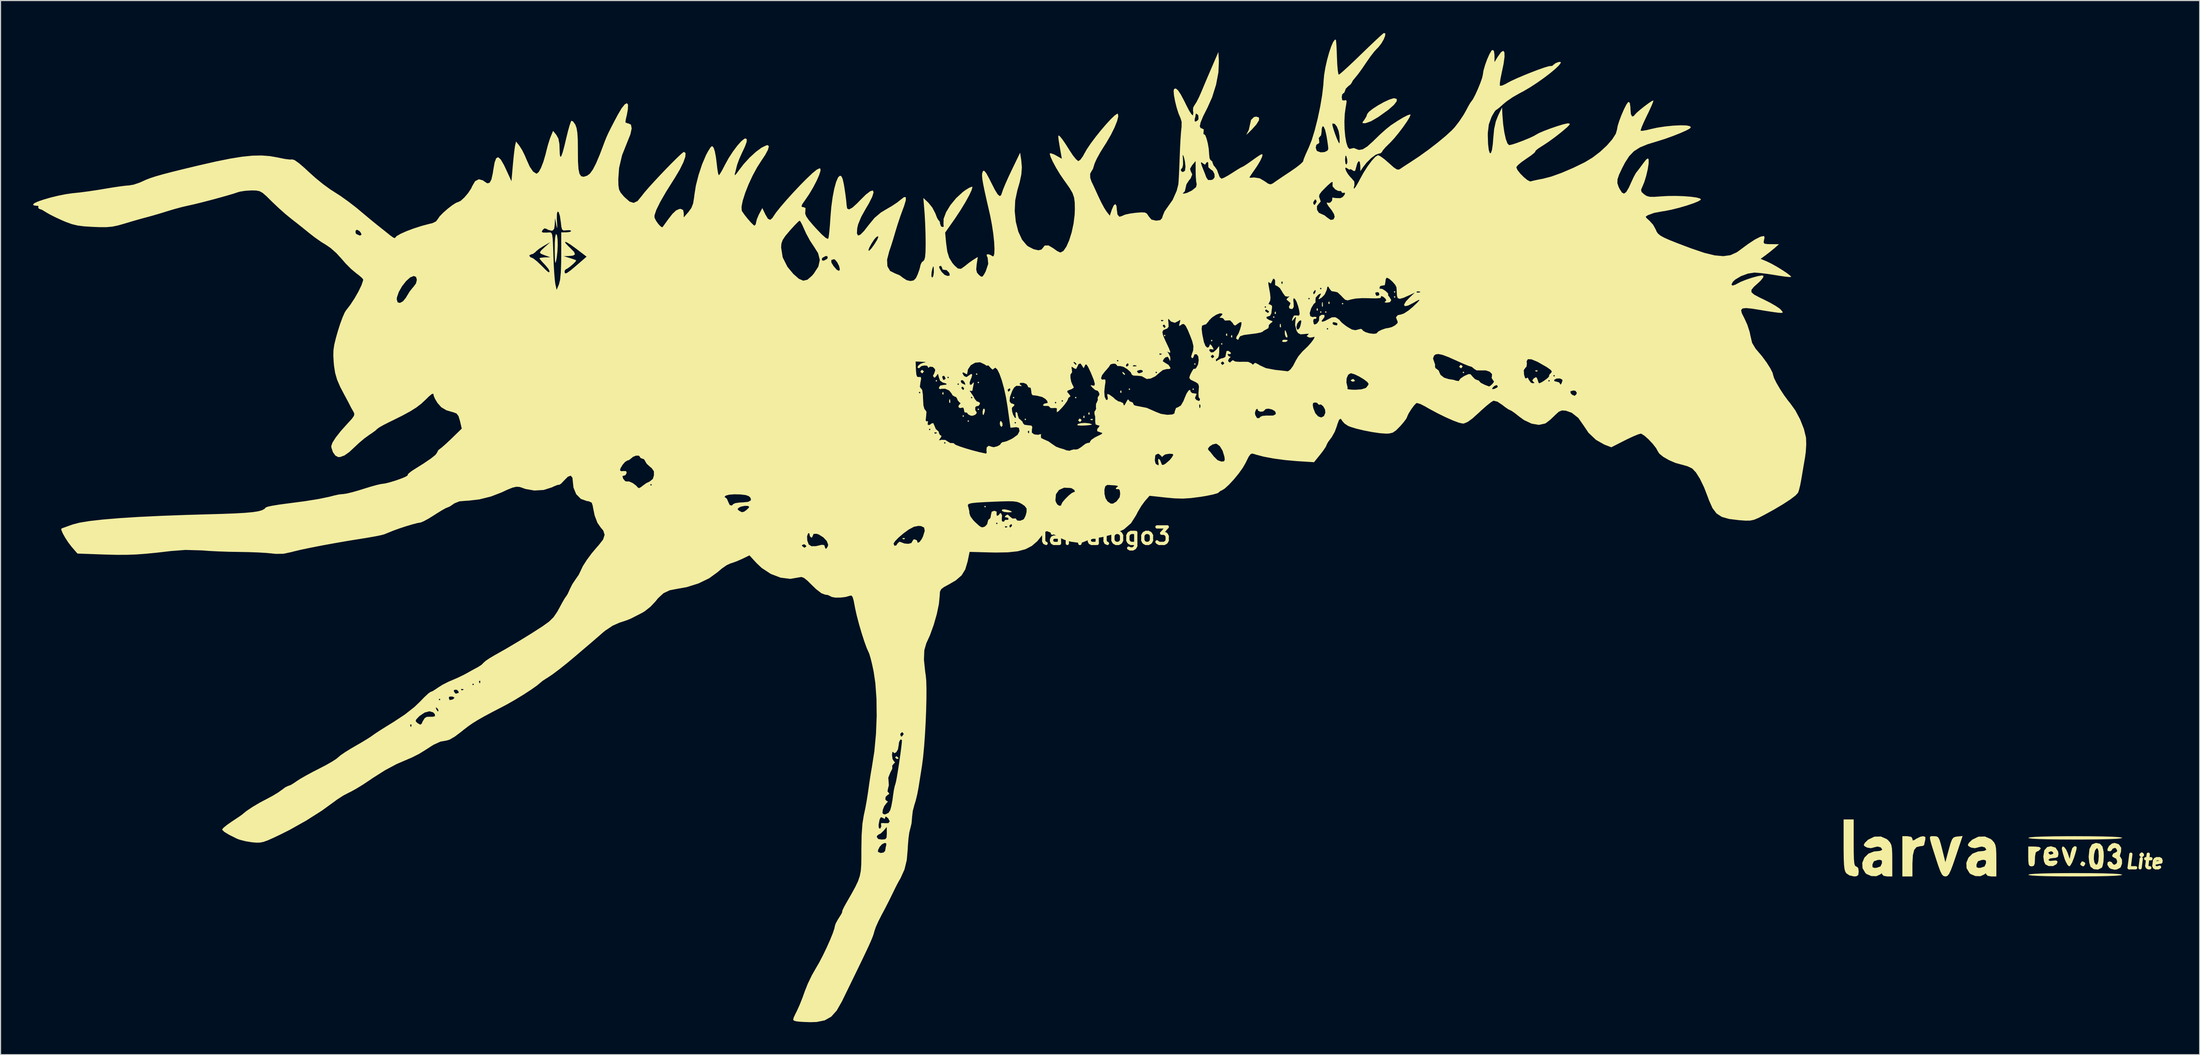
<source format=kicad_pcb>
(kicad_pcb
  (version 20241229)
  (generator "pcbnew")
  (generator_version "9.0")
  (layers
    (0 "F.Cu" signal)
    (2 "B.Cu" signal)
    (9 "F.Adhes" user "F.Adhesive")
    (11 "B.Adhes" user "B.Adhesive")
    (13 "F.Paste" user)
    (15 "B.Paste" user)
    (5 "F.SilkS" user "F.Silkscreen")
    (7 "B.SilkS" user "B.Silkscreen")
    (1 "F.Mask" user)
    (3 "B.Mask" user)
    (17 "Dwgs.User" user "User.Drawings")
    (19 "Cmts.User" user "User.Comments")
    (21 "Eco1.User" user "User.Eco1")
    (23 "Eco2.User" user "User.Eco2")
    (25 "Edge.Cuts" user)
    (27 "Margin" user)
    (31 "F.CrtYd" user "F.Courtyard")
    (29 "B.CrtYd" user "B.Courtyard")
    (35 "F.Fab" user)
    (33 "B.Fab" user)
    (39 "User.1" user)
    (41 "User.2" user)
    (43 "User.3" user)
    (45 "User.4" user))
  (footprint "larvalogo3"
    (layer "F.Cu")
    (at 98.916 46.438)
    (property "Reference" "larvalogo3" (at 0 0 0) (layer "F.SilkS") (effects (font (size 1.524 1.524) (thickness 0.3))))
    (attr board_only exclude_from_pos_files exclude_from_bom)
    (fp_poly (pts (xy -15.488 -14.326) (xy -15.565 -14.249) (xy -15.643 -14.326) (xy -15.565 -14.404)) (stroke (width 0) (type solid)) (fill yes) (layer "F.SilkS"))
    (fp_poly (pts (xy -13.01 -11.074) (xy -13.087 -10.996) (xy -13.165 -11.074) (xy -13.087 -11.151)) (stroke (width 0) (type solid)) (fill yes) (layer "F.SilkS"))
    (fp_poly (pts (xy -12.545 -10.609) (xy -12.623 -10.532) (xy -12.7 -10.609) (xy -12.623 -10.687)) (stroke (width 0) (type solid)) (fill yes) (layer "F.SilkS"))
    (fp_poly (pts (xy -11.771 -14.946) (xy -11.848 -14.868) (xy -11.926 -14.946) (xy -11.848 -15.023)) (stroke (width 0) (type solid)) (fill yes) (layer "F.SilkS"))
    (fp_poly (pts (xy -11.616 -14.171) (xy -11.693 -14.094) (xy -11.771 -14.171) (xy -11.693 -14.249)) (stroke (width 0) (type solid)) (fill yes) (layer "F.SilkS"))
    (fp_poly (pts (xy -11.616 -11.693) (xy -11.693 -11.616) (xy -11.771 -11.693) (xy -11.693 -11.771)) (stroke (width 0) (type solid)) (fill yes) (layer "F.SilkS"))
    (fp_poly (pts (xy -10.996 -2.71) (xy -11.074 -2.633) (xy -11.151 -2.71) (xy -11.074 -2.788)) (stroke (width 0) (type solid)) (fill yes) (layer "F.SilkS"))
    (fp_poly (pts (xy -8.363 -12.777) (xy -8.441 -12.7) (xy -8.518 -12.777) (xy -8.441 -12.855)) (stroke (width 0) (type solid)) (fill yes) (layer "F.SilkS"))
    (fp_poly (pts (xy -7.279 -10.764) (xy -7.357 -10.687) (xy -7.434 -10.764) (xy -7.357 -10.841)) (stroke (width 0) (type solid)) (fill yes) (layer "F.SilkS"))
    (fp_poly (pts (xy -2.633 -12.777) (xy -2.71 -12.7) (xy -2.788 -12.777) (xy -2.71 -12.855)) (stroke (width 0) (type solid)) (fill yes) (layer "F.SilkS"))
    (fp_poly (pts (xy 2.323 -13.552) (xy 2.246 -13.474) (xy 2.168 -13.552) (xy 2.246 -13.629)) (stroke (width 0) (type solid)) (fill yes) (layer "F.SilkS"))
    (fp_poly (pts (xy 5.576 -18.508) (xy 5.498 -18.43) (xy 5.421 -18.508) (xy 5.498 -18.585)) (stroke (width 0) (type solid)) (fill yes) (layer "F.SilkS"))
    (fp_poly (pts (xy 8.209 -13.552) (xy 8.131 -13.474) (xy 8.054 -13.552) (xy 8.131 -13.629)) (stroke (width 0) (type solid)) (fill yes) (layer "F.SilkS"))
    (fp_poly (pts (xy 8.363 -15.875) (xy 8.286 -15.798) (xy 8.209 -15.875) (xy 8.286 -15.952)) (stroke (width 0) (type solid)) (fill yes) (layer "F.SilkS"))
    (fp_poly (pts (xy 9.912 -18.043) (xy 9.835 -17.966) (xy 9.757 -18.043) (xy 9.835 -18.121)) (stroke (width 0) (type solid)) (fill yes) (layer "F.SilkS"))
    (fp_poly (pts (xy 10.841 -17.734) (xy 10.764 -17.656) (xy 10.687 -17.734) (xy 10.764 -17.811)) (stroke (width 0) (type solid)) (fill yes) (layer "F.SilkS"))
    (fp_poly (pts (xy 15.643 -20.212) (xy 15.565 -20.134) (xy 15.488 -20.212) (xy 15.565 -20.289)) (stroke (width 0) (type solid)) (fill yes) (layer "F.SilkS"))
    (fp_poly (pts (xy 19.979 -20.676) (xy 19.902 -20.599) (xy 19.824 -20.676) (xy 19.902 -20.754)) (stroke (width 0) (type solid)) (fill yes) (layer "F.SilkS"))
    (fp_poly (pts (xy 20.444 -20.676) (xy 20.366 -20.599) (xy 20.289 -20.676) (xy 20.366 -20.754)) (stroke (width 0) (type solid)) (fill yes) (layer "F.SilkS"))
    (fp_poly (pts (xy 21.993 -21.451) (xy 21.915 -21.373) (xy 21.838 -21.451) (xy 21.915 -21.528)) (stroke (width 0) (type solid)) (fill yes) (layer "F.SilkS"))
    (fp_poly (pts (xy 26.794 -22.535) (xy 26.716 -22.457) (xy 26.639 -22.535) (xy 26.716 -22.612)) (stroke (width 0) (type solid)) (fill yes) (layer "F.SilkS"))
    (fp_poly (pts (xy 26.794 -22.07) (xy 26.716 -21.993) (xy 26.639 -22.07) (xy 26.716 -22.148)) (stroke (width 0) (type solid)) (fill yes) (layer "F.SilkS"))
    (fp_poly (pts (xy 33.144 -15.101) (xy 33.066 -15.023) (xy 32.989 -15.101) (xy 33.066 -15.178)) (stroke (width 0) (type solid)) (fill yes) (layer "F.SilkS"))
    (fp_poly (pts (xy -18.482 0.207) (xy -18.503 0.299) (xy -18.585 0.31) (xy -18.713 0.253) (xy -18.689 0.207) (xy -18.505 0.188)) (stroke (width 0) (type solid)) (fill yes) (layer "F.SilkS"))
    (fp_poly (pts (xy -14.92 -13.268) (xy -14.901 -13.084) (xy -14.92 -13.061) (xy -15.012 -13.083) (xy -15.023 -13.165) (xy -14.967 -13.292)) (stroke (width 0) (type solid)) (fill yes) (layer "F.SilkS"))
    (fp_poly (pts (xy -14.298 -12.574) (xy -14.279 -12.332) (xy -14.31 -12.277) (xy -14.38 -12.324) (xy -14.391 -12.481) (xy -14.354 -12.646)) (stroke (width 0) (type solid)) (fill yes) (layer "F.SilkS"))
    (fp_poly (pts (xy -1.91 -11.1) (xy -1.892 -10.916) (xy -1.91 -10.893) (xy -2.002 -10.914) (xy -2.013 -10.996) (xy -1.957 -11.124)) (stroke (width 0) (type solid)) (fill yes) (layer "F.SilkS"))
    (fp_poly (pts (xy -1.446 -11.409) (xy -1.427 -11.226) (xy -1.446 -11.203) (xy -1.538 -11.224) (xy -1.549 -11.306) (xy -1.492 -11.434)) (stroke (width 0) (type solid)) (fill yes) (layer "F.SilkS"))
    (fp_poly (pts (xy -1.136 -10.79) (xy -1.157 -10.698) (xy -1.239 -10.687) (xy -1.367 -10.743) (xy -1.342 -10.79) (xy -1.158 -10.808)) (stroke (width 0) (type solid)) (fill yes) (layer "F.SilkS"))
    (fp_poly (pts (xy 1.497 -13.423) (xy 1.516 -13.239) (xy 1.497 -13.216) (xy 1.405 -13.238) (xy 1.394 -13.32) (xy 1.451 -13.447)) (stroke (width 0) (type solid)) (fill yes) (layer "F.SilkS"))
    (fp_poly (pts (xy 11.254 -18.689) (xy 11.273 -18.505) (xy 11.254 -18.482) (xy 11.162 -18.503) (xy 11.151 -18.585) (xy 11.208 -18.713)) (stroke (width 0) (type solid)) (fill yes) (layer "F.SilkS"))
    (fp_poly (pts (xy 11.719 -18.534) (xy 11.738 -18.35) (xy 11.719 -18.327) (xy 11.627 -18.348) (xy 11.616 -18.43) (xy 11.673 -18.558)) (stroke (width 0) (type solid)) (fill yes) (layer "F.SilkS"))
    (fp_poly (pts (xy 15.746 -20.702) (xy 15.764 -20.518) (xy 15.746 -20.496) (xy 15.654 -20.517) (xy 15.643 -20.599) (xy 15.699 -20.726)) (stroke (width 0) (type solid)) (fill yes) (layer "F.SilkS"))
    (fp_poly (pts (xy 16.213 -19.544) (xy 16.232 -19.302) (xy 16.201 -19.247) (xy 16.13 -19.293) (xy 16.12 -19.45) (xy 16.157 -19.615)) (stroke (width 0) (type solid)) (fill yes) (layer "F.SilkS"))
    (fp_poly (pts (xy 19.618 -21.012) (xy 19.636 -20.828) (xy 19.618 -20.805) (xy 19.526 -20.827) (xy 19.515 -20.909) (xy 19.571 -21.036)) (stroke (width 0) (type solid)) (fill yes) (layer "F.SilkS"))
    (fp_poly (pts (xy 20.082 -21.567) (xy 20.102 -21.25) (xy 20.082 -21.18) (xy 20.025 -21.16) (xy 20.004 -21.373) (xy 20.028 -21.593)) (stroke (width 0) (type solid)) (fill yes) (layer "F.SilkS"))
    (fp_poly (pts (xy 20.702 -21.631) (xy 20.721 -21.447) (xy 20.702 -21.425) (xy 20.61 -21.446) (xy 20.599 -21.528) (xy 20.655 -21.656)) (stroke (width 0) (type solid)) (fill yes) (layer "F.SilkS"))
    (fp_poly (pts (xy 39.907 -15.281) (xy 39.886 -15.189) (xy 39.804 -15.178) (xy 39.676 -15.235) (xy 39.7 -15.281) (xy 39.884 -15.3)) (stroke (width 0) (type solid)) (fill yes) (layer "F.SilkS"))
    (fp_poly (pts (xy 1.68 -15.115) (xy 1.846 -14.959) (xy 1.812 -14.87) (xy 1.79 -14.868) (xy 1.659 -14.978) (xy 1.611 -15.047) (xy 1.593 -15.153)) (stroke (width 0) (type solid)) (fill yes) (layer "F.SilkS"))
    (fp_poly (pts (xy 16.842 -18.086) (xy 16.824 -17.994) (xy 16.654 -17.912) (xy 16.405 -17.913) (xy 16.335 -17.973) (xy 16.386 -18.089) (xy 16.563 -18.121)) (stroke (width 0) (type solid)) (fill yes) (layer "F.SilkS"))
    (fp_poly (pts (xy 22.933 -14.474) (xy 23.07 -14.325) (xy 22.914 -14.252) (xy 22.835 -14.249) (xy 22.676 -14.325) (xy 22.691 -14.406) (xy 22.877 -14.496)) (stroke (width 0) (type solid)) (fill yes) (layer "F.SilkS"))
    (fp_poly (pts (xy -19.205 20.366) (xy -19.057 20.506) (xy -19.05 20.53) (xy -19.17 20.597) (xy -19.205 20.599) (xy -19.354 20.48) (xy -19.36 20.435) (xy -19.265 20.342)) (stroke (width 0) (type solid)) (fill yes) (layer "F.SilkS"))
    (fp_poly (pts (xy -16.731 -15.215) (xy -16.727 -15.178) (xy -16.845 -15.028) (xy -16.882 -15.023) (xy -17.032 -15.141) (xy -17.037 -15.178) (xy -16.919 -15.328) (xy -16.882 -15.333)) (stroke (width 0) (type solid)) (fill yes) (layer "F.SilkS"))
    (fp_poly (pts (xy -11.086 -11.647) (xy -11.106 -11.461) (xy -11.196 -11.211) (xy -11.247 -11.151) (xy -11.295 -11.282) (xy -11.306 -11.461) (xy -11.247 -11.713) (xy -11.166 -11.771)) (stroke (width 0) (type solid)) (fill yes) (layer "F.SilkS"))
    (fp_poly (pts (xy -9.471 -10.417) (xy -9.46 -10.183) (xy -9.568 -10.067) (xy -9.569 -10.067) (xy -9.678 -10.198) (xy -9.715 -10.38) (xy -9.677 -10.593) (xy -9.593 -10.603)) (stroke (width 0) (type solid)) (fill yes) (layer "F.SilkS"))
    (fp_poly (pts (xy -2.173 -10.724) (xy -2.168 -10.687) (xy -2.286 -10.536) (xy -2.323 -10.532) (xy -2.474 -10.65) (xy -2.478 -10.687) (xy -2.36 -10.837) (xy -2.323 -10.841)) (stroke (width 0) (type solid)) (fill yes) (layer "F.SilkS"))
    (fp_poly (pts (xy 16.661 -18.945) (xy 16.74 -18.756) (xy 16.834 -18.431) (xy 16.794 -18.306) (xy 16.675 -18.379) (xy 16.595 -18.603) (xy 16.582 -18.805) (xy 16.6 -19.011)) (stroke (width 0) (type solid)) (fill yes) (layer "F.SilkS"))
    (fp_poly (pts (xy 32.985 -15.68) (xy 32.989 -15.643) (xy 32.871 -15.492) (xy 32.834 -15.488) (xy 32.684 -15.606) (xy 32.679 -15.643) (xy 32.797 -15.793) (xy 32.834 -15.798)) (stroke (width 0) (type solid)) (fill yes) (layer "F.SilkS"))
    (fp_poly (pts (xy 90.422 30.17) (xy 90.449 30.279) (xy 90.325 30.484) (xy 90.216 30.511) (xy 90.011 30.387) (xy 89.984 30.279) (xy 90.108 30.073) (xy 90.216 30.046)) (stroke (width 0) (type solid)) (fill yes) (layer "F.SilkS"))
    (fp_poly (pts (xy -8.907 -2.382) (xy -8.751 -2.323) (xy -8.585 -2.232) (xy -8.68 -2.191) (xy -8.935 -2.179) (xy -9.307 -2.216) (xy -9.522 -2.319) (xy -9.525 -2.323) (xy -9.494 -2.439) (xy -9.258 -2.458)) (stroke (width 0) (type solid)) (fill yes) (layer "F.SilkS"))
    (fp_poly (pts (xy -1.485 -10.399) (xy -1.415 -10.382) (xy -1.216 -10.312) (xy -1.255 -10.263) (xy -1.563 -10.221) (xy -1.756 -10.204) (xy -2.203 -10.186) (xy -2.503 -10.211) (xy -2.567 -10.241) (xy -2.502 -10.345) (xy -2.231 -10.414) (xy -1.858 -10.436)) (stroke (width 0) (type solid)) (fill yes) (layer "F.SilkS"))
    (fp_poly (pts (xy 14.206 -38.634) (xy 14.204 -38.385) (xy 13.955 -37.986) (xy 13.527 -37.51) (xy 13.208 -37.197) (xy 13.037 -37.047) (xy 13.047 -37.086) (xy 13.062 -37.105) (xy 13.266 -37.505) (xy 13.347 -37.879) (xy 13.466 -38.412) (xy 13.741 -38.682) (xy 13.958 -38.72)) (stroke (width 0) (type solid)) (fill yes) (layer "F.SilkS"))
    (fp_poly (pts (xy -50.562 -27.738) (xy -50.514 -27.37) (xy -50.504 -26.855) (xy -50.531 -26.274) (xy -50.595 -25.707) (xy -50.636 -25.477) (xy -50.695 -25.247) (xy -50.735 -25.239) (xy -50.761 -25.477) (xy -50.777 -25.988) (xy -50.782 -26.368) (xy -50.776 -27.086) (xy -50.739 -27.595) (xy -50.676 -27.854) (xy -50.645 -27.878)) (stroke (width 0) (type solid)) (fill yes) (layer "F.SilkS"))
    (fp_poly (pts (xy 85.791 28.68) (xy 86.189 28.716) (xy 86.328 28.82) (xy 86.316 28.903) (xy 86.117 29.097) (xy 86.018 29.117) (xy 85.872 29.231) (xy 85.808 29.596) (xy 85.802 29.814) (xy 85.782 30.25) (xy 85.698 30.456) (xy 85.515 30.511) (xy 85.493 30.511) (xy 85.319 30.477) (xy 85.225 30.327) (xy 85.188 29.989) (xy 85.183 29.591) (xy 85.183 28.672)) (stroke (width 0) (type solid)) (fill yes) (layer "F.SilkS"))
    (fp_poly (pts (xy 26.919 -40.347) (xy 26.909 -40.137) (xy 26.659 -39.808) (xy 26.182 -39.385) (xy 26.079 -39.305) (xy 25.213 -38.685) (xy 24.539 -38.291) (xy 24.046 -38.117) (xy 23.943 -38.107) (xy 23.744 -38.127) (xy 23.787 -38.251) (xy 23.889 -38.371) (xy 24.109 -38.725) (xy 24.184 -38.952) (xy 24.34 -39.161) (xy 24.702 -39.446) (xy 25.188 -39.76) (xy 25.72 -40.057) (xy 26.218 -40.289) (xy 26.602 -40.411) (xy 26.678 -40.418)) (stroke (width 0) (type solid)) (fill yes) (layer "F.SilkS"))
    (fp_poly (pts (xy 69.076 28.343) (xy 69.08 29.217) (xy 69.097 29.826) (xy 69.132 30.215) (xy 69.188 30.426) (xy 69.271 30.506) (xy 69.308 30.511) (xy 69.492 30.65) (xy 69.54 30.976) (xy 69.501 31.305) (xy 69.322 31.427) (xy 69.1 31.44) (xy 68.681 31.343) (xy 68.403 31.157) (xy 68.301 31) (xy 68.23 30.754) (xy 68.184 30.372) (xy 68.158 29.802) (xy 68.147 28.996) (xy 68.146 28.524) (xy 68.146 26.174) (xy 69.076 26.174)) (stroke (width 0) (type solid)) (fill yes) (layer "F.SilkS"))
    (fp_poly (pts (xy 74.395 27.788) (xy 74.496 27.964) (xy 74.524 28.119) (xy 74.663 28.082) (xy 74.841 27.964) (xy 75.21 27.78) (xy 75.478 27.723) (xy 75.687 27.788) (xy 75.687 28.035) (xy 75.678 28.072) (xy 75.603 28.393) (xy 75.583 28.536) (xy 75.448 28.624) (xy 75.199 28.652) (xy 74.874 28.731) (xy 74.659 28.994) (xy 74.539 29.478) (xy 74.497 30.223) (xy 74.496 30.346) (xy 74.496 31.44) (xy 73.567 31.44) (xy 73.567 27.723) (xy 74.032 27.723)) (stroke (width 0) (type solid)) (fill yes) (layer "F.SilkS"))
    (fp_poly (pts (xy 89.596 28.667) (xy 89.655 28.755) (xy 89.624 28.979) (xy 89.502 29.403) (xy 89.414 29.684) (xy 89.24 30.136) (xy 89.065 30.437) (xy 88.964 30.511) (xy 88.809 30.377) (xy 88.624 30.035) (xy 88.527 29.786) (xy 88.382 29.318) (xy 88.293 28.951) (xy 88.28 28.844) (xy 88.344 28.668) (xy 88.495 28.72) (xy 88.68 28.957) (xy 88.826 29.281) (xy 89.005 29.814) (xy 89.115 29.233) (xy 89.248 28.823) (xy 89.431 28.654) (xy 89.449 28.652)) (stroke (width 0) (type solid)) (fill yes) (layer "F.SilkS"))
    (fp_poly (pts (xy 90.92 27.729) (xy 92.062 27.745) (xy 92.934 27.771) (xy 93.524 27.807) (xy 93.821 27.853) (xy 93.856 27.878) (xy 93.703 27.928) (xy 93.252 27.969) (xy 92.514 28) (xy 91.5 28.021) (xy 90.221 28.032) (xy 89.52 28.033) (xy 88.119 28.027) (xy 86.977 28.011) (xy 86.105 27.985) (xy 85.515 27.949) (xy 85.218 27.903) (xy 85.183 27.878) (xy 85.336 27.828) (xy 85.787 27.787) (xy 86.525 27.756) (xy 87.539 27.735) (xy 88.818 27.724) (xy 89.52 27.723)) (stroke (width 0) (type solid)) (fill yes) (layer "F.SilkS"))
    (fp_poly (pts (xy 90.92 31.136) (xy 92.062 31.152) (xy 92.934 31.178) (xy 93.524 31.215) (xy 93.821 31.26) (xy 93.856 31.285) (xy 93.703 31.335) (xy 93.252 31.376) (xy 92.514 31.407) (xy 91.5 31.428) (xy 90.221 31.439) (xy 89.52 31.44) (xy 88.119 31.435) (xy 86.977 31.419) (xy 86.105 31.392) (xy 85.515 31.356) (xy 85.218 31.31) (xy 85.183 31.285) (xy 85.336 31.235) (xy 85.787 31.195) (xy 86.525 31.163) (xy 87.539 31.142) (xy 88.818 31.132) (xy 89.52 31.13)) (stroke (width 0) (type solid)) (fill yes) (layer "F.SilkS"))
    (fp_poly (pts (xy 91.806 28.42) (xy 92.033 28.683) (xy 92.138 29.175) (xy 92.152 29.582) (xy 92.121 30.094) (xy 92.04 30.49) (xy 91.967 30.635) (xy 91.618 30.805) (xy 91.225 30.769) (xy 90.932 30.544) (xy 90.919 30.521) (xy 90.815 30.175) (xy 90.774 29.813) (xy 91.231 29.813) (xy 91.285 30.139) (xy 91.429 30.359) (xy 91.561 30.306) (xy 91.655 30.014) (xy 91.688 29.569) (xy 91.662 29.076) (xy 91.579 28.857) (xy 91.494 28.845) (xy 91.353 29.03) (xy 91.258 29.395) (xy 91.231 29.813) (xy 90.774 29.813) (xy 90.761 29.696) (xy 90.759 29.582) (xy 90.833 28.902) (xy 91.054 28.487) (xy 91.419 28.343) (xy 91.43 28.343)) (stroke (width 0) (type solid)) (fill yes) (layer "F.SilkS"))
    (fp_poly (pts (xy 78.501 29.573) (xy 78.234 30.353) (xy 78.033 30.883) (xy 77.874 31.21) (xy 77.733 31.379) (xy 77.587 31.438) (xy 77.536 31.44) (xy 77.368 31.404) (xy 77.222 31.261) (xy 77.068 30.958) (xy 76.88 30.446) (xy 76.71 29.93) (xy 76.436 29.077) (xy 76.247 28.477) (xy 76.139 28.085) (xy 76.107 27.857) (xy 76.148 27.75) (xy 76.257 27.72) (xy 76.428 27.723) (xy 76.482 27.723) (xy 76.713 27.739) (xy 76.872 27.828) (xy 76.995 28.05) (xy 77.122 28.469) (xy 77.238 28.923) (xy 77.536 30.124) (xy 77.849 28.962) (xy 78.014 28.376) (xy 78.147 28.026) (xy 78.291 27.847) (xy 78.488 27.773) (xy 78.644 27.753) (xy 79.126 27.705)) (stroke (width 0) (type solid)) (fill yes) (layer "F.SilkS"))
    (fp_poly (pts (xy 87.703 28.781) (xy 87.939 29.134) (xy 87.971 29.38) (xy 87.914 29.637) (xy 87.682 29.73) (xy 87.506 29.737) (xy 87.18 29.786) (xy 87.042 29.906) (xy 87.041 29.908) (xy 87.168 30.012) (xy 87.406 29.989) (xy 87.764 29.96) (xy 87.898 30.084) (xy 87.796 30.303) (xy 87.474 30.482) (xy 87.065 30.481) (xy 86.763 30.325) (xy 86.637 30.054) (xy 86.578 29.636) (xy 86.577 29.582) (xy 86.626 29.272) (xy 87.041 29.272) (xy 87.167 29.409) (xy 87.274 29.427) (xy 87.48 29.343) (xy 87.506 29.272) (xy 87.381 29.135) (xy 87.274 29.117) (xy 87.068 29.201) (xy 87.041 29.272) (xy 86.626 29.272) (xy 86.664 29.03) (xy 86.93 28.725) (xy 87.274 28.652)) (stroke (width 0) (type solid)) (fill yes) (layer "F.SilkS"))
    (fp_poly (pts (xy 93.543 28.471) (xy 93.759 28.785) (xy 93.743 29.182) (xy 93.706 29.263) (xy 93.63 29.564) (xy 93.701 29.659) (xy 93.834 29.895) (xy 93.837 30.255) (xy 93.715 30.581) (xy 93.67 30.635) (xy 93.368 30.79) (xy 93.159 30.821) (xy 92.804 30.737) (xy 92.648 30.635) (xy 92.479 30.353) (xy 92.514 30.122) (xy 92.695 30.046) (xy 92.901 30.13) (xy 92.927 30.201) (xy 93.052 30.339) (xy 93.159 30.356) (xy 93.348 30.227) (xy 93.391 30.046) (xy 93.295 29.794) (xy 93.159 29.737) (xy 92.954 29.613) (xy 92.927 29.504) (xy 93.051 29.299) (xy 93.159 29.272) (xy 93.364 29.148) (xy 93.391 29.04) (xy 93.267 28.834) (xy 93.159 28.807) (xy 92.953 28.891) (xy 92.927 28.962) (xy 92.801 29.1) (xy 92.695 29.117) (xy 92.498 29.076) (xy 92.497 28.906) (xy 92.623 28.642) (xy 92.9 28.401) (xy 93.159 28.343)) (stroke (width 0) (type solid)) (fill yes) (layer "F.SilkS"))
    (fp_poly (pts (xy 72.129 27.991) (xy 72.258 28.103) (xy 72.436 28.306) (xy 72.548 28.531) (xy 72.608 28.853) (xy 72.633 29.346) (xy 72.638 29.962) (xy 72.638 31.44) (xy 72.173 31.44) (xy 71.845 31.386) (xy 71.709 31.255) (xy 71.709 31.254) (xy 71.663 31.147) (xy 71.523 31.254) (xy 71.165 31.419) (xy 70.701 31.404) (xy 70.269 31.222) (xy 70.16 31.13) (xy 69.889 30.676) (xy 69.875 30.329) (xy 70.806 30.329) (xy 70.811 30.581) (xy 70.986 30.653) (xy 71.193 30.639) (xy 71.545 30.518) (xy 71.682 30.228) (xy 71.677 29.976) (xy 71.502 29.904) (xy 71.295 29.919) (xy 70.943 30.039) (xy 70.806 30.329) (xy 69.875 30.329) (xy 69.869 30.176) (xy 70.064 29.704) (xy 70.437 29.332) (xy 70.954 29.133) (xy 71.159 29.117) (xy 71.52 29.077) (xy 71.703 28.98) (xy 71.709 28.957) (xy 71.581 28.762) (xy 71.292 28.68) (xy 70.976 28.746) (xy 70.95 28.761) (xy 70.653 28.831) (xy 70.31 28.775) (xy 70.057 28.631) (xy 70.005 28.514) (xy 70.116 28.325) (xy 70.385 28.066) (xy 70.413 28.044) (xy 70.981 27.767) (xy 71.584 27.751)) (stroke (width 0) (type solid)) (fill yes) (layer "F.SilkS"))
    (fp_poly (pts (xy 81.731 27.991) (xy 81.86 28.103) (xy 82.038 28.306) (xy 82.15 28.531) (xy 82.211 28.853) (xy 82.236 29.346) (xy 82.24 29.962) (xy 82.24 31.44) (xy 81.776 31.44) (xy 81.447 31.386) (xy 81.311 31.255) (xy 81.311 31.254) (xy 81.265 31.147) (xy 81.125 31.254) (xy 80.767 31.419) (xy 80.304 31.404) (xy 79.871 31.222) (xy 79.762 31.13) (xy 79.491 30.676) (xy 79.478 30.329) (xy 80.408 30.329) (xy 80.413 30.581) (xy 80.588 30.653) (xy 80.795 30.639) (xy 81.147 30.518) (xy 81.285 30.228) (xy 81.279 29.976) (xy 81.105 29.904) (xy 80.897 29.919) (xy 80.545 30.039) (xy 80.408 30.329) (xy 79.478 30.329) (xy 79.471 30.176) (xy 79.666 29.704) (xy 80.04 29.332) (xy 80.556 29.133) (xy 80.762 29.117) (xy 81.123 29.077) (xy 81.306 28.98) (xy 81.311 28.957) (xy 81.184 28.762) (xy 80.894 28.68) (xy 80.578 28.746) (xy 80.553 28.761) (xy 80.255 28.831) (xy 79.912 28.775) (xy 79.659 28.631) (xy 79.607 28.514) (xy 79.718 28.325) (xy 79.988 28.066) (xy 80.015 28.044) (xy 80.583 27.767) (xy 81.186 27.751)) (stroke (width 0) (type solid)) (fill yes) (layer "F.SilkS"))
    (fp_poly (pts (xy 25.857 -46.403) (xy 25.843 -46.184) (xy 25.711 -45.852) (xy 25.492 -45.475) (xy 25.217 -45.124) (xy 25.083 -44.992) (xy 24.827 -44.711) (xy 24.479 -44.26) (xy 24.11 -43.73) (xy 24.074 -43.676) (xy 23.709 -43.139) (xy 23.364 -42.664) (xy 23.108 -42.346) (xy 23.091 -42.327) (xy 22.861 -42.047) (xy 22.767 -41.861) (xy 22.651 -41.691) (xy 22.457 -41.543) (xy 22.213 -41.302) (xy 22.148 -41.119) (xy 22.064 -40.914) (xy 21.993 -40.888) (xy 21.876 -40.755) (xy 21.838 -40.505) (xy 21.886 -40.234) (xy 22.061 -40.21) (xy 22.094 -40.221) (xy 22.244 -40.247) (xy 22.288 -40.121) (xy 22.239 -39.778) (xy 22.211 -39.636) (xy 22.119 -38.983) (xy 22.084 -38.271) (xy 22.101 -37.553) (xy 22.162 -36.886) (xy 22.26 -36.323) (xy 22.391 -35.92) (xy 22.546 -35.732) (xy 22.67 -35.761) (xy 22.96 -35.824) (xy 23.082 -35.77) (xy 23.417 -35.642) (xy 23.774 -35.7) (xy 24.202 -35.967) (xy 24.749 -36.463) (xy 24.858 -36.572) (xy 25.378 -37.076) (xy 25.908 -37.549) (xy 26.346 -37.901) (xy 26.407 -37.944) (xy 27.008 -38.34) (xy 27.534 -38.654) (xy 27.934 -38.857) (xy 28.158 -38.922) (xy 28.188 -38.896) (xy 28.094 -38.656) (xy 27.847 -38.25) (xy 27.494 -37.745) (xy 27.087 -37.209) (xy 26.674 -36.708) (xy 26.306 -36.31) (xy 26.232 -36.24) (xy 25.87 -35.882) (xy 25.624 -35.594) (xy 25.555 -35.464) (xy 25.427 -35.336) (xy 25.28 -35.312) (xy 24.97 -35.197) (xy 24.563 -34.896) (xy 24.139 -34.477) (xy 23.821 -34.073) (xy 23.558 -33.686) (xy 23.55 -34.198) (xy 23.501 -34.544) (xy 23.396 -34.607) (xy 23.268 -34.4) (xy 23.174 -34.057) (xy 23.086 -33.741) (xy 22.967 -33.683) (xy 22.845 -33.763) (xy 22.657 -33.872) (xy 22.612 -33.841) (xy 22.516 -33.831) (xy 22.358 -33.937) (xy 22.191 -34.023) (xy 22.164 -33.917) (xy 22.25 -33.687) (xy 22.42 -33.4) (xy 22.645 -33.125) (xy 22.728 -33.047) (xy 22.998 -32.723) (xy 23.009 -32.4) (xy 23.006 -32.389) (xy 22.941 -32.107) (xy 22.998 -32.08) (xy 23.156 -32.287) (xy 23.396 -32.708) (xy 23.48 -32.873) (xy 23.844 -33.533) (xy 24.238 -34.149) (xy 24.621 -34.663) (xy 24.949 -35.018) (xy 25.18 -35.157) (xy 25.188 -35.157) (xy 25.408 -35.057) (xy 25.77 -34.795) (xy 26.192 -34.429) (xy 26.621 -34.046) (xy 26.901 -33.855) (xy 27.096 -33.824) (xy 27.231 -33.891) (xy 27.513 -34.085) (xy 27.934 -34.359) (xy 28.16 -34.503) (xy 28.992 -35.056) (xy 29.858 -35.679) (xy 30.692 -36.323) (xy 31.431 -36.937) (xy 32.011 -37.47) (xy 32.259 -37.735) (xy 32.689 -38.292) (xy 33.095 -38.906) (xy 33.299 -39.268) (xy 33.531 -39.706) (xy 33.717 -40.02) (xy 33.792 -40.116) (xy 33.946 -40.331) (xy 34.163 -40.747) (xy 34.402 -41.273) (xy 34.623 -41.816) (xy 34.788 -42.284) (xy 34.857 -42.587) (xy 34.857 -42.591) (xy 34.917 -42.977) (xy 35.062 -43.48) (xy 35.255 -44.012) (xy 35.462 -44.481) (xy 35.648 -44.797) (xy 35.738 -44.877) (xy 35.876 -44.8) (xy 35.931 -44.441) (xy 35.932 -44.347) (xy 35.933 -43.753) (xy 36.229 -44.24) (xy 36.53 -44.662) (xy 36.737 -44.798) (xy 36.848 -44.658) (xy 36.86 -44.252) (xy 36.771 -43.589) (xy 36.603 -42.787) (xy 36.488 -42.234) (xy 36.427 -41.804) (xy 36.431 -41.58) (xy 36.438 -41.569) (xy 36.617 -41.581) (xy 36.946 -41.73) (xy 37.07 -41.802) (xy 37.439 -42) (xy 37.974 -42.248) (xy 38.611 -42.52) (xy 39.286 -42.793) (xy 39.937 -43.042) (xy 40.501 -43.241) (xy 40.915 -43.367) (xy 41.115 -43.394) (xy 41.121 -43.39) (xy 41.271 -43.406) (xy 41.322 -43.466) (xy 41.544 -43.64) (xy 41.792 -43.747) (xy 42.029 -43.778) (xy 42.042 -43.665) (xy 41.863 -43.434) (xy 41.526 -43.112) (xy 41.065 -42.726) (xy 40.511 -42.303) (xy 39.899 -41.869) (xy 39.262 -41.452) (xy 38.633 -41.078) (xy 38.207 -40.853) (xy 37.618 -40.518) (xy 37.048 -40.126) (xy 36.742 -39.872) (xy 36.4 -39.566) (xy 36.151 -39.373) (xy 36.082 -39.339) (xy 35.964 -39.213) (xy 35.769 -38.892) (xy 35.649 -38.664) (xy 35.409 -37.999) (xy 35.317 -37.215) (xy 35.314 -36.999) (xy 35.34 -36.192) (xy 35.405 -35.642) (xy 35.495 -35.357) (xy 35.596 -35.347) (xy 35.695 -35.62) (xy 35.778 -36.187) (xy 35.814 -36.667) (xy 35.899 -37.566) (xy 36.051 -38.265) (xy 36.259 -38.797) (xy 36.629 -39.571) (xy 36.664 -38.874) (xy 36.732 -38.024) (xy 36.841 -37.267) (xy 36.976 -36.655) (xy 37.128 -36.244) (xy 37.283 -36.087) (xy 37.289 -36.087) (xy 37.561 -36.145) (xy 38.019 -36.295) (xy 38.565 -36.498) (xy 39.104 -36.719) (xy 39.538 -36.918) (xy 39.758 -37.046) (xy 40.039 -37.202) (xy 40.524 -37.409) (xy 41.123 -37.635) (xy 41.741 -37.846) (xy 42.285 -38.011) (xy 42.664 -38.095) (xy 42.727 -38.099) (xy 42.872 -38.071) (xy 42.852 -37.964) (xy 42.641 -37.744) (xy 42.215 -37.379) (xy 42.087 -37.273) (xy 41.505 -36.818) (xy 40.903 -36.381) (xy 40.401 -36.05) (xy 40.352 -36.021) (xy 39.967 -35.773) (xy 39.738 -35.583) (xy 39.708 -35.511) (xy 39.63 -35.394) (xy 39.347 -35.162) (xy 38.918 -34.864) (xy 38.868 -34.831) (xy 38.412 -34.51) (xy 38.082 -34.229) (xy 37.947 -34.045) (xy 37.946 -34.038) (xy 38.051 -33.793) (xy 38.31 -33.463) (xy 38.645 -33.125) (xy 38.976 -32.856) (xy 39.224 -32.735) (xy 39.271 -32.739) (xy 39.525 -32.807) (xy 39.977 -32.904) (xy 40.419 -32.988) (xy 41.174 -33.185) (xy 42.12 -33.525) (xy 43.189 -33.983) (xy 44.265 -34.506) (xy 44.979 -34.938) (xy 45.673 -35.468) (xy 46.297 -36.047) (xy 46.799 -36.623) (xy 47.13 -37.143) (xy 47.239 -37.531) (xy 47.297 -37.858) (xy 47.447 -38.336) (xy 47.654 -38.879) (xy 47.882 -39.404) (xy 48.097 -39.826) (xy 48.263 -40.059) (xy 48.295 -40.078) (xy 48.42 -39.984) (xy 48.474 -39.591) (xy 48.477 -39.429) (xy 48.518 -38.955) (xy 48.628 -38.73) (xy 48.791 -38.778) (xy 48.868 -38.881) (xy 49.043 -39.07) (xy 49.363 -39.349) (xy 49.754 -39.662) (xy 50.14 -39.949) (xy 50.445 -40.153) (xy 50.594 -40.215) (xy 50.596 -40.214) (xy 50.56 -40.057) (xy 50.409 -39.688) (xy 50.171 -39.169) (xy 50.002 -38.821) (xy 49.727 -38.243) (xy 49.525 -37.775) (xy 49.423 -37.481) (xy 49.42 -37.415) (xy 49.6 -37.41) (xy 49.982 -37.478) (xy 50.343 -37.567) (xy 50.971 -37.705) (xy 51.696 -37.814) (xy 52.437 -37.888) (xy 53.116 -37.92) (xy 53.651 -37.905) (xy 53.962 -37.838) (xy 53.962 -37.838) (xy 54.05 -37.742) (xy 53.957 -37.622) (xy 53.647 -37.45) (xy 53.096 -37.205) (xy 52.393 -36.925) (xy 51.648 -36.658) (xy 51.032 -36.464) (xy 50.068 -36.17) (xy 49.346 -35.873) (xy 48.8 -35.524) (xy 48.365 -35.073) (xy 47.977 -34.473) (xy 47.713 -33.966) (xy 47.426 -33.356) (xy 47.283 -32.925) (xy 47.27 -32.586) (xy 47.378 -32.249) (xy 47.474 -32.052) (xy 47.688 -31.713) (xy 47.883 -31.61) (xy 48.088 -31.757) (xy 48.331 -32.171) (xy 48.561 -32.679) (xy 48.768 -33.129) (xy 48.953 -33.47) (xy 49.016 -33.56) (xy 49.195 -33.787) (xy 49.474 -34.161) (xy 49.638 -34.386) (xy 49.919 -34.746) (xy 50.08 -34.864) (xy 50.156 -34.767) (xy 50.159 -34.752) (xy 50.157 -34.393) (xy 50.072 -33.854) (xy 49.93 -33.244) (xy 49.755 -32.673) (xy 49.601 -32.301) (xy 49.46 -31.974) (xy 49.5 -31.768) (xy 49.735 -31.548) (xy 49.974 -31.392) (xy 50.257 -31.317) (xy 50.676 -31.311) (xy 51.221 -31.351) (xy 51.929 -31.392) (xy 52.677 -31.398) (xy 53.404 -31.373) (xy 54.056 -31.322) (xy 54.575 -31.249) (xy 54.903 -31.159) (xy 54.984 -31.057) (xy 54.977 -31.047) (xy 54.737 -30.898) (xy 54.269 -30.708) (xy 53.65 -30.5) (xy 52.955 -30.298) (xy 52.26 -30.124) (xy 51.64 -30.002) (xy 51.431 -29.972) (xy 50.655 -29.829) (xy 50.079 -29.615) (xy 49.886 -29.485) (xy 49.95 -29.365) (xy 50.189 -29.144) (xy 50.226 -29.115) (xy 50.57 -28.735) (xy 50.81 -28.297) (xy 50.899 -28.089) (xy 51.029 -27.91) (xy 51.238 -27.739) (xy 51.565 -27.555) (xy 52.051 -27.336) (xy 52.733 -27.064) (xy 53.651 -26.715) (xy 54.101 -26.547) (xy 55.287 -26.143) (xy 56.255 -25.907) (xy 57.047 -25.836) (xy 57.705 -25.928) (xy 58.271 -26.182) (xy 58.482 -26.328) (xy 59.318 -26.948) (xy 59.958 -27.369) (xy 60.425 -27.608) (xy 60.54 -27.648) (xy 60.798 -27.696) (xy 60.852 -27.566) (xy 60.808 -27.353) (xy 60.765 -27.11) (xy 60.844 -26.99) (xy 61.114 -26.95) (xy 61.445 -26.944) (xy 62.184 -26.939) (xy 61.794 -26.595) (xy 61.379 -26.252) (xy 60.947 -25.919) (xy 60.49 -25.587) (xy 61.052 -25.353) (xy 61.46 -25.156) (xy 61.946 -24.886) (xy 62.441 -24.585) (xy 62.878 -24.296) (xy 63.19 -24.062) (xy 63.31 -23.926) (xy 63.306 -23.915) (xy 63.131 -23.908) (xy 62.725 -23.949) (xy 62.161 -24.031) (xy 61.875 -24.079) (xy 61.176 -24.189) (xy 60.518 -24.271) (xy 60.014 -24.313) (xy 59.911 -24.316) (xy 59.31 -24.224) (xy 58.672 -23.987) (xy 58.133 -23.664) (xy 57.931 -23.472) (xy 57.796 -23.216) (xy 57.893 -23.118) (xy 58.174 -23.207) (xy 58.268 -23.263) (xy 58.648 -23.461) (xy 59.155 -23.665) (xy 59.705 -23.849) (xy 60.212 -23.986) (xy 60.591 -24.051) (xy 60.751 -24.029) (xy 60.721 -23.863) (xy 60.5 -23.582) (xy 60.294 -23.386) (xy 59.864 -22.999) (xy 59.641 -22.722) (xy 59.644 -22.503) (xy 59.887 -22.287) (xy 60.387 -22.022) (xy 60.753 -21.847) (xy 61.362 -21.538) (xy 61.888 -21.236) (xy 62.249 -20.991) (xy 62.332 -20.916) (xy 62.523 -20.687) (xy 62.502 -20.607) (xy 62.324 -20.596) (xy 62.048 -20.621) (xy 61.552 -20.689) (xy 60.917 -20.788) (xy 60.537 -20.852) (xy 59.699 -20.988) (xy 59.133 -21.043) (xy 58.807 -21.002) (xy 58.69 -20.851) (xy 58.751 -20.574) (xy 58.96 -20.156) (xy 58.991 -20.099) (xy 59.269 -19.488) (xy 59.481 -18.825) (xy 59.549 -18.486) (xy 59.704 -17.83) (xy 60.022 -17.297) (xy 60.176 -17.118) (xy 60.626 -16.586) (xy 61.043 -16.018) (xy 61.381 -15.487) (xy 61.593 -15.065) (xy 61.641 -14.871) (xy 61.728 -14.582) (xy 61.956 -14.121) (xy 62.281 -13.566) (xy 62.657 -12.991) (xy 63.038 -12.473) (xy 63.212 -12.264) (xy 63.694 -11.592) (xy 64.136 -10.758) (xy 64.481 -9.887) (xy 64.672 -9.103) (xy 64.68 -9.043) (xy 64.698 -8.466) (xy 64.656 -7.768) (xy 64.591 -7.279) (xy 64.463 -6.534) (xy 64.325 -5.716) (xy 64.251 -5.266) (xy 64.144 -4.702) (xy 64.029 -4.234) (xy 63.943 -3.99) (xy 63.707 -3.734) (xy 63.231 -3.371) (xy 62.553 -2.928) (xy 61.715 -2.431) (xy 60.874 -1.969) (xy 60.301 -1.67) (xy 59.887 -1.495) (xy 59.519 -1.417) (xy 59.083 -1.414) (xy 58.495 -1.457) (xy 57.58 -1.569) (xy 56.909 -1.76) (xy 56.42 -2.078) (xy 56.048 -2.568) (xy 55.73 -3.278) (xy 55.624 -3.574) (xy 55.27 -4.489) (xy 54.89 -5.274) (xy 54.515 -5.872) (xy 54.176 -6.228) (xy 54.162 -6.237) (xy 53.754 -6.43) (xy 53.249 -6.577) (xy 53.185 -6.59) (xy 52.619 -6.747) (xy 52.032 -7.001) (xy 51.51 -7.302) (xy 51.14 -7.603) (xy 51.018 -7.789) (xy 50.843 -8.11) (xy 50.531 -8.51) (xy 50.153 -8.914) (xy 49.784 -9.246) (xy 49.495 -9.43) (xy 49.425 -9.446) (xy 49.18 -9.377) (xy 48.74 -9.196) (xy 48.185 -8.936) (xy 47.945 -8.816) (xy 46.715 -8.189) (xy 46.074 -8.433) (xy 45.301 -8.87) (xy 44.61 -9.522) (xy 44.143 -10.214) (xy 43.663 -10.9) (xy 43.062 -11.374) (xy 42.508 -11.569) (xy 42.152 -11.588) (xy 41.864 -11.468) (xy 41.524 -11.158) (xy 41.478 -11.109) (xy 41.091 -10.74) (xy 40.72 -10.451) (xy 40.605 -10.382) (xy 40.034 -10.255) (xy 39.359 -10.369) (xy 38.647 -10.707) (xy 38.227 -11.012) (xy 37.823 -11.332) (xy 37.509 -11.551) (xy 37.372 -11.616) (xy 37.185 -11.707) (xy 36.857 -11.938) (xy 36.665 -12.091) (xy 36.202 -12.402) (xy 35.858 -12.485) (xy 35.816 -12.475) (xy 35.589 -12.332) (xy 35.206 -12.025) (xy 34.734 -11.609) (xy 34.489 -11.38) (xy 33.898 -10.848) (xy 33.457 -10.527) (xy 33.122 -10.388) (xy 33.01 -10.377) (xy 32.667 -10.451) (xy 32.121 -10.654) (xy 31.435 -10.957) (xy 30.671 -11.332) (xy 29.894 -11.749) (xy 29.489 -11.983) (xy 29.089 -12.185) (xy 28.793 -12.271) (xy 28.714 -12.259) (xy 28.506 -12.041) (xy 28.25 -11.692) (xy 28.018 -11.323) (xy 27.887 -11.048) (xy 27.878 -10.999) (xy 27.78 -10.805) (xy 27.525 -10.469) (xy 27.239 -10.141) (xy 26.847 -9.745) (xy 26.538 -9.536) (xy 26.204 -9.457) (xy 25.939 -9.448) (xy 25.368 -9.487) (xy 24.647 -9.592) (xy 23.878 -9.741) (xy 23.162 -9.913) (xy 22.601 -10.088) (xy 22.411 -10.17) (xy 22.076 -10.396) (xy 21.891 -10.617) (xy 21.747 -10.826) (xy 21.595 -10.728) (xy 21.437 -10.322) (xy 21.393 -10.158) (xy 21.192 -9.612) (xy 20.908 -9.111) (xy 20.832 -9.012) (xy 20.582 -8.679) (xy 20.45 -8.435) (xy 20.444 -8.401) (xy 20.353 -8.208) (xy 20.118 -7.862) (xy 19.863 -7.53) (xy 19.282 -6.81) (xy 17.734 -6.907) (xy 16.645 -7.003) (xy 15.591 -7.144) (xy 14.656 -7.317) (xy 13.927 -7.509) (xy 13.793 -7.555) (xy 13.582 -7.609) (xy 13.419 -7.546) (xy 13.251 -7.314) (xy 13.024 -6.861) (xy 12.973 -6.752) (xy 12.705 -6.287) (xy 12.325 -5.756) (xy 11.886 -5.221) (xy 11.442 -4.742) (xy 11.046 -4.379) (xy 10.754 -4.194) (xy 10.692 -4.182) (xy 10.522 -4.062) (xy 10.504 -4.02) (xy 10.337 -3.932) (xy 9.93 -3.82) (xy 9.348 -3.701) (xy 8.826 -3.614) (xy 7.925 -3.497) (xy 7.176 -3.449) (xy 6.431 -3.469) (xy 5.653 -3.54) (xy 4.104 -3.709) (xy 3.668 -3.21) (xy 3.344 -2.768) (xy 3.011 -2.206) (xy 2.865 -1.915) (xy 2.399 -1.179) (xy 1.745 -0.609) (xy 0.869 -0.188) (xy -0.259 0.106) (xy -0.548 0.155) (xy -1.106 0.261) (xy -1.544 0.374) (xy -1.771 0.471) (xy -1.773 0.473) (xy -2.083 0.597) (xy -2.581 0.612) (xy -3.169 0.528) (xy -3.751 0.356) (xy -4.027 0.231) (xy -4.517 -0.03) (xy -4.954 -0.262) (xy -5.096 -0.338) (xy -5.364 -0.444) (xy -5.56 -0.37) (xy -5.793 -0.082) (xy -6.259 0.492) (xy -6.759 0.922) (xy -7.342 1.224) (xy -8.06 1.416) (xy -8.962 1.512) (xy -10.099 1.532) (xy -10.625 1.521) (xy -12.5 1.471) (xy -12.683 2.36) (xy -12.898 3.086) (xy -13.239 3.641) (xy -13.77 4.101) (xy -14.404 4.47) (xy -14.873 4.724) (xy -15.129 4.925) (xy -15.235 5.152) (xy -15.258 5.485) (xy -15.258 5.513) (xy -15.331 6.277) (xy -15.525 7.21) (xy -15.81 8.21) (xy -16.159 9.175) (xy -16.493 9.909) (xy -16.678 10.547) (xy -16.712 11.441) (xy -16.593 12.578) (xy -16.55 12.841) (xy -16.501 13.347) (xy -16.48 14.102) (xy -16.484 15.042) (xy -16.51 16.109) (xy -16.556 17.241) (xy -16.619 18.376) (xy -16.698 19.455) (xy -16.789 20.417) (xy -16.89 21.2) (xy -16.893 21.218) (xy -17.011 21.964) (xy -17.141 22.784) (xy -17.211 23.232) (xy -17.332 23.867) (xy -17.481 24.473) (xy -17.591 24.822) (xy -17.741 25.386) (xy -17.81 25.969) (xy -17.811 26.013) (xy -17.857 26.539) (xy -17.97 27.015) (xy -17.984 27.055) (xy -18.069 27.407) (xy -18.143 27.967) (xy -18.196 28.636) (xy -18.207 28.885) (xy -18.297 29.925) (xy -18.505 30.788) (xy -18.867 31.595) (xy -19.047 31.905) (xy -19.184 32.16) (xy -19.404 32.597) (xy -19.631 33.066) (xy -19.95 33.714) (xy -20.328 34.451) (xy -20.622 35.002) (xy -20.911 35.57) (xy -21.146 36.096) (xy -21.277 36.469) (xy -21.278 36.474) (xy -21.326 36.66) (xy -21.391 36.867) (xy -21.488 37.123) (xy -21.628 37.456) (xy -21.825 37.894) (xy -22.092 38.464) (xy -22.44 39.194) (xy -22.884 40.113) (xy -23.436 41.247) (xy -24.108 42.625) (xy -24.28 42.979) (xy -24.758 43.818) (xy -25.267 44.388) (xy -25.869 44.729) (xy -26.624 44.881) (xy -27.212 44.897) (xy -27.79 44.877) (xy -28.271 44.845) (xy -28.536 44.808) (xy -28.715 44.752) (xy -28.781 44.659) (xy -28.727 44.457) (xy -28.546 44.077) (xy -28.439 43.864) (xy -28.194 43.326) (xy -27.924 42.648) (xy -27.71 42.049) (xy -27.431 41.344) (xy -27.055 40.565) (xy -26.689 39.922) (xy -26.375 39.381) (xy -26.03 38.718) (xy -25.686 38.002) (xy -25.374 37.302) (xy -25.125 36.686) (xy -24.971 36.225) (xy -24.935 36.029) (xy -24.853 35.779) (xy -24.648 35.403) (xy -24.553 35.256) (xy -24.341 34.919) (xy -24.248 34.718) (xy -24.256 34.693) (xy -24.234 34.573) (xy -24.087 34.263) (xy -23.918 33.957) (xy -23.419 33.087) (xy -23.051 32.417) (xy -22.795 31.878) (xy -22.631 31.398) (xy -22.538 30.91) (xy -22.497 30.342) (xy -22.487 29.626) (xy -22.487 29.177) (xy -20.952 29.177) (xy -20.708 29.274) (xy -20.436 29.229) (xy -20.291 29.073) (xy -20.289 29.052) (xy -20.235 28.712) (xy -20.195 28.588) (xy -20.189 28.381) (xy -20.346 28.347) (xy -20.583 28.469) (xy -20.805 28.712) (xy -20.95 29.007) (xy -20.952 29.177) (xy -22.487 29.177) (xy -22.488 29.006) (xy -22.467 27.801) (xy -21.063 27.801) (xy -20.925 27.985) (xy -20.599 28.033) (xy -20.294 28.006) (xy -20.165 27.865) (xy -20.139 27.519) (xy -20.139 27.452) (xy -20.144 26.871) (xy -20.435 27.22) (xy -20.698 27.472) (xy -20.895 27.568) (xy -21.044 27.694) (xy -21.063 27.801) (xy -22.467 27.801) (xy -22.464 27.644) (xy -22.396 26.671) (xy -20.897 26.671) (xy -20.881 26.965) (xy -20.767 27.032) (xy -20.743 27.02) (xy -20.645 26.809) (xy -20.668 26.682) (xy -20.669 26.52) (xy -20.449 26.508) (xy -20.365 26.522) (xy -19.998 26.518) (xy -19.866 26.357) (xy -20.003 26.086) (xy -20.038 26.049) (xy -20.231 25.899) (xy -20.289 25.995) (xy -20.289 26.005) (xy -20.341 26.131) (xy -20.502 26.035) (xy -20.681 25.961) (xy -20.793 26.151) (xy -20.81 26.21) (xy -20.897 26.671) (xy -22.396 26.671) (xy -22.39 26.573) (xy -22.264 25.803) (xy -22.261 25.787) (xy -22.218 25.591) (xy -20.541 25.591) (xy -20.414 25.701) (xy -20.288 25.71) (xy -19.976 25.567) (xy -19.821 25.313) (xy -19.718 24.935) (xy -19.619 24.395) (xy -19.571 24.035) (xy -19.495 23.506) (xy -19.405 23.08) (xy -19.348 22.91) (xy -19.291 22.694) (xy -19.207 22.244) (xy -19.106 21.637) (xy -19 20.945) (xy -18.899 20.245) (xy -18.814 19.61) (xy -18.758 19.115) (xy -18.74 18.854) (xy -18.837 18.791) (xy -18.895 18.818) (xy -19.009 19.028) (xy -19.05 19.35) (xy -19.112 19.701) (xy -19.259 19.963) (xy -19.431 20.065) (xy -19.565 19.947) (xy -19.621 19.939) (xy -19.655 20.18) (xy -19.657 20.237) (xy -19.611 20.601) (xy -19.482 20.804) (xy -19.476 20.806) (xy -19.376 20.912) (xy -19.51 21.043) (xy -19.652 21.224) (xy -19.631 21.309) (xy -19.635 21.495) (xy -19.79 21.801) (xy -19.803 21.82) (xy -20.003 22.322) (xy -19.978 22.612) (xy -19.951 23.024) (xy -20.02 23.29) (xy -20.076 23.585) (xy -19.982 23.694) (xy -19.904 23.817) (xy -20.044 23.902) (xy -20.235 24.076) (xy -20.282 24.307) (xy -20.17 24.46) (xy -20.105 24.471) (xy -20.044 24.54) (xy -20.163 24.664) (xy -20.381 24.957) (xy -20.506 25.284) (xy -20.541 25.591) (xy -22.218 25.591) (xy -22.13 25.182) (xy -21.99 24.415) (xy -21.867 23.63) (xy -21.844 23.464) (xy -21.742 22.739) (xy -21.635 22.041) (xy -21.543 21.491) (xy -21.521 21.373) (xy -21.289 19.894) (xy -21.146 18.362) (xy -18.895 18.362) (xy -18.82 18.522) (xy -18.74 18.508) (xy -18.591 18.31) (xy -18.585 18.266) (xy -18.703 18.125) (xy -18.74 18.121) (xy -18.876 18.247) (xy -18.895 18.362) (xy -21.146 18.362) (xy -21.139 18.288) (xy -21.073 16.642) (xy -21.092 15.044) (xy -21.197 13.583) (xy -21.351 12.541) (xy -21.493 11.868) (xy -21.636 11.285) (xy -21.76 10.876) (xy -21.809 10.76) (xy -21.994 10.349) (xy -22.222 9.719) (xy -22.468 8.952) (xy -22.708 8.132) (xy -22.915 7.342) (xy -23.066 6.664) (xy -23.089 6.537) (xy -23.201 5.953) (xy -23.301 5.626) (xy -23.411 5.502) (xy -23.529 5.518) (xy -23.924 5.631) (xy -24.418 5.692) (xy -24.891 5.694) (xy -25.225 5.633) (xy -25.29 5.592) (xy -25.573 5.455) (xy -25.825 5.421) (xy -26.174 5.291) (xy -26.666 4.91) (xy -27.031 4.558) (xy -27.479 4.117) (xy -27.786 3.873) (xy -28.016 3.788) (xy -28.224 3.822) (xy -29.043 3.964) (xy -29.937 3.852) (xy -30.84 3.508) (xy -31.684 2.955) (xy -32.158 2.508) (xy -32.814 1.793) (xy -33.482 2.117) (xy -33.983 2.338) (xy -34.445 2.504) (xy -34.575 2.54) (xy -34.91 2.696) (xy -35.355 3.004) (xy -35.736 3.329) (xy -36.521 3.903) (xy -37.512 4.383) (xy -38.61 4.728) (xy -39.394 4.867) (xy -40.161 5.013) (xy -40.74 5.284) (xy -41.242 5.745) (xy -41.481 6.04) (xy -41.935 6.526) (xy -42.48 6.957) (xy -42.727 7.104) (xy -43.201 7.347) (xy -43.601 7.552) (xy -43.736 7.622) (xy -44.055 7.755) (xy -44.531 7.919) (xy -44.784 7.998) (xy -45.432 8.284) (xy -46.123 8.745) (xy -46.35 8.932) (xy -46.828 9.348) (xy -47.269 9.73) (xy -47.55 9.97) (xy -47.86 10.233) (xy -48.312 10.618) (xy -48.814 11.048) (xy -48.867 11.093) (xy -49.647 11.746) (xy -50.375 12.325) (xy -50.995 12.789) (xy -51.454 13.097) (xy -51.543 13.148) (xy -51.894 13.376) (xy -52.066 13.521) (xy -52.42 13.813) (xy -52.976 14.205) (xy -53.662 14.652) (xy -54.407 15.108) (xy -55.14 15.527) (xy -55.524 15.732) (xy -56.514 16.246) (xy -57.281 16.656) (xy -57.877 16.994) (xy -58.358 17.292) (xy -58.776 17.584) (xy -59.187 17.901) (xy -59.401 18.076) (xy -59.994 18.523) (xy -60.478 18.807) (xy -60.778 18.895) (xy -61.321 18.989) (xy -61.969 19.284) (xy -62.726 19.77) (xy -63.297 20.122) (xy -63.96 20.458) (xy -64.275 20.591) (xy -65.368 21.062) (xy -66.437 21.633) (xy -67.585 22.362) (xy -67.883 22.567) (xy -68.499 22.976) (xy -69.106 23.346) (xy -69.601 23.619) (xy -69.741 23.685) (xy -70.278 23.964) (xy -70.842 24.327) (xy -71.012 24.453) (xy -72.274 25.369) (xy -73.722 26.289) (xy -75.24 27.14) (xy -75.98 27.513) (xy -76.728 27.871) (xy -77.267 28.111) (xy -77.667 28.253) (xy -77.998 28.316) (xy -78.327 28.32) (xy -78.691 28.288) (xy -79.293 28.193) (xy -79.849 28.051) (xy -80.11 27.952) (xy -80.825 27.593) (xy -81.268 27.326) (xy -81.456 27.138) (xy -81.466 27.097) (xy -81.345 26.946) (xy -81.029 26.687) (xy -80.585 26.376) (xy -80.575 26.37) (xy -80.118 26.067) (xy -79.77 25.83) (xy -79.608 25.71) (xy -79.607 25.709) (xy -79.237 25.405) (xy -78.673 25.026) (xy -78.004 24.629) (xy -77.411 24.316) (xy -76.833 24.008) (xy -76.31 23.694) (xy -75.956 23.44) (xy -75.955 23.44) (xy -75.626 23.197) (xy -75.376 23.079) (xy -75.354 23.077) (xy -75.128 22.99) (xy -74.776 22.772) (xy -74.643 22.676) (xy -74.28 22.439) (xy -73.723 22.118) (xy -73.057 21.759) (xy -72.56 21.506) (xy -71.909 21.169) (xy -71.348 20.85) (xy -70.943 20.59) (xy -70.779 20.453) (xy -70.547 20.255) (xy -70.115 19.959) (xy -69.557 19.614) (xy -69.23 19.425) (xy -68.625 19.075) (xy -68.094 18.754) (xy -67.715 18.509) (xy -67.604 18.428) (xy -67.353 18.25) (xy -66.901 17.954) (xy -66.313 17.583) (xy -66.18 17.501) (xy -64.12 17.501) (xy -64.063 17.629) (xy -64.016 17.604) (xy -63.998 17.421) (xy -64.016 17.398) (xy -64.108 17.419) (xy -64.12 17.501) (xy -66.18 17.501) (xy -65.672 17.189) (xy -65.56 17.115) (xy -63.61 17.115) (xy -63.453 17.268) (xy -63.411 17.299) (xy -63.184 17.428) (xy -63.051 17.325) (xy -62.967 17.124) (xy -62.778 16.821) (xy -62.58 16.702) (xy -62.206 16.693) (xy -62.067 16.7) (xy -61.83 16.644) (xy -61.844 16.455) (xy -61.998 16.288) (xy -62.34 16.189) (xy -62.786 16.308) (xy -63.249 16.621) (xy -63.329 16.697) (xy -63.574 16.96) (xy -63.61 17.115) (xy -65.56 17.115) (xy -64.616 16.493) (xy -63.751 15.813) (xy -61.752 15.813) (xy -61.72 15.968) (xy -61.709 15.998) (xy -61.586 16.187) (xy -61.516 16.189) (xy -61.534 16.025) (xy -61.622 15.911) (xy -61.752 15.813) (xy -63.751 15.813) (xy -63.731 15.798) (xy -63.216 15.304) (xy -63.019 15.101) (xy -61.487 15.101) (xy -61.409 15.178) (xy -61.332 15.101) (xy -61.409 15.023) (xy -61.487 15.101) (xy -63.019 15.101) (xy -62.884 14.96) (xy -60.557 14.96) (xy -60.476 15.158) (xy -60.225 15.105) (xy -60.118 15.042) (xy -60.024 14.924) (xy -60.215 14.832) (xy -60.234 14.827) (xy -60.503 14.833) (xy -60.557 14.96) (xy -62.884 14.96) (xy -62.806 14.881) (xy -62.467 14.564) (xy -62.258 14.41) (xy -62.234 14.404) (xy -62.059 14.331) (xy -60.093 14.331) (xy -59.969 14.532) (xy -59.86 14.559) (xy -59.654 14.484) (xy -59.628 14.42) (xy -59.751 14.251) (xy -59.86 14.193) (xy -60.06 14.217) (xy -60.093 14.331) (xy -62.059 14.331) (xy -62.025 14.317) (xy -61.759 14.146) (xy -59.422 14.146) (xy -59.4 14.238) (xy -59.318 14.249) (xy -59.191 14.192) (xy -59.215 14.146) (xy -59.399 14.127) (xy -59.422 14.146) (xy -61.759 14.146) (xy -61.691 14.101) (xy -61.592 14.029) (xy -61.148 13.747) (xy -61.069 13.707) (xy -58.389 13.707) (xy -58.312 13.784) (xy -58.234 13.707) (xy -58.312 13.629) (xy -58.389 13.707) (xy -61.069 13.707) (xy -60.612 13.474) (xy -57.77 13.474) (xy -57.713 13.602) (xy -57.666 13.578) (xy -57.648 13.394) (xy -57.666 13.371) (xy -57.758 13.392) (xy -57.77 13.474) (xy -60.612 13.474) (xy -60.583 13.46) (xy -60.316 13.346) (xy -59.723 13.09) (xy -59.133 12.803) (xy -58.922 12.689) (xy -58.436 12.417) (xy -57.984 12.172) (xy -57.888 12.122) (xy -57.545 11.904) (xy -57.345 11.705) (xy -57.156 11.533) (xy -56.775 11.276) (xy -56.298 10.996) (xy -55.235 10.394) (xy -54.056 9.695) (xy -52.893 8.978) (xy -51.889 8.331) (xy -51.3 7.906) (xy -50.887 7.497) (xy -50.543 6.992) (xy -50.362 6.66) (xy -50.091 6.159) (xy -49.868 5.774) (xy -49.735 5.582) (xy -49.728 5.576) (xy -49.606 5.392) (xy -49.441 5.039) (xy -49.408 4.956) (xy -49.158 4.453) (xy -48.852 3.996) (xy -48.846 3.989) (xy -48.573 3.593) (xy -48.392 3.225) (xy -48.389 3.215) (xy -48.188 2.788) (xy -47.826 2.221) (xy -47.362 1.595) (xy -46.851 0.99) (xy -46.734 0.864) (xy -46.723 0.849) (xy -27.97 0.849) (xy -27.955 0.929) (xy -27.757 1.078) (xy -27.714 1.084) (xy -27.572 0.966) (xy -27.568 0.929) (xy -27.694 0.793) (xy -27.81 0.774) (xy -27.97 0.849) (xy -46.723 0.849) (xy -46.319 0.334) (xy -46.222 0.034) (xy -27.496 0.034) (xy -27.477 0.419) (xy -27.473 0.436) (xy -27.344 0.784) (xy -27.097 0.947) (xy -26.677 0.942) (xy -26.136 0.815) (xy -25.908 0.844) (xy -25.865 0.998) (xy -25.794 1.172) (xy -25.71 1.162) (xy -25.576 0.941) (xy -25.555 0.792) (xy -25.587 0.709) (xy -19.515 0.709) (xy -19.435 0.908) (xy -19.267 0.874) (xy -19.145 0.687) (xy -18.978 0.532) (xy -18.865 0.561) (xy -18.514 0.696) (xy -18.147 0.727) (xy -17.879 0.655) (xy -17.811 0.541) (xy -17.687 0.337) (xy -17.579 0.31) (xy -17.373 0.393) (xy -17.346 0.465) (xy -17.282 0.63) (xy -17.125 0.563) (xy -16.927 0.302) (xy -16.801 0.047) (xy -16.641 -0.465) (xy -16.694 -0.772) (xy -16.973 -0.911) (xy -17.225 -0.928) (xy -17.631 -0.85) (xy -18.112 -0.595) (xy -18.624 -0.219) (xy -19.059 0.155) (xy -19.376 0.482) (xy -19.513 0.696) (xy -19.515 0.709) (xy -25.587 0.709) (xy -25.684 0.463) (xy -26.005 0.123) (xy -26.419 -0.135) (xy -26.6 -0.196) (xy -26.885 -0.196) (xy -26.949 -0.063) (xy -27.037 0.134) (xy -27.104 0.155) (xy -27.236 0.027) (xy -27.259 -0.108) (xy -27.311 -0.274) (xy -27.415 -0.215) (xy -27.496 0.034) (xy -46.222 0.034) (xy -46.177 -0.107) (xy -46.304 -0.505) (xy -46.524 -0.758) (xy -46.84 -1.213) (xy -47.097 -1.887) (xy -47.219 -2.485) (xy -33.918 -2.485) (xy -33.794 -2.346) (xy -33.763 -2.326) (xy -33.516 -2.194) (xy -33.314 -2.237) (xy -33.105 -2.384) (xy -32.889 -2.588) (xy -32.834 -2.689) (xy -32.961 -2.772) (xy -32.987 -2.773) (xy -12.655 -2.773) (xy -12.618 -2.67) (xy -12.527 -2.28) (xy -12.519 -2.091) (xy -12.421 -1.807) (xy -12.153 -1.444) (xy -11.989 -1.278) (xy -11.647 -0.965) (xy -11.446 -0.819) (xy -11.297 -0.797) (xy -11.11 -0.859) (xy -11.086 -0.868) (xy -11.078 -0.878) (xy -9.241 -0.878) (xy -9.22 -0.786) (xy -9.138 -0.774) (xy -9.01 -0.831) (xy -9.035 -0.878) (xy -9.218 -0.896) (xy -9.241 -0.878) (xy -11.078 -0.878) (xy -11.028 -0.929) (xy -8.828 -0.929) (xy -8.775 -0.778) (xy -8.76 -0.774) (xy -8.628 -0.883) (xy -8.596 -0.929) (xy -8.608 -1.072) (xy -8.664 -1.084) (xy -8.822 -0.972) (xy -8.828 -0.929) (xy -11.028 -0.929) (xy -10.88 -1.084) (xy -10.862 -1.162) (xy -10.067 -1.162) (xy -9.99 -1.084) (xy -9.912 -1.162) (xy -9.99 -1.239) (xy -10.067 -1.162) (xy -10.862 -1.162) (xy -10.841 -1.256) (xy -10.773 -1.498) (xy -10.687 -1.549) (xy -10.57 -1.681) (xy -10.532 -1.936) (xy -10.458 -2.241) (xy -10.227 -2.323) (xy -10.005 -2.248) (xy -10.011 -2.091) (xy -10.004 -1.892) (xy -9.929 -1.859) (xy -9.765 -1.973) (xy -9.757 -2.023) (xy -9.662 -2.113) (xy -9.596 -2.087) (xy -9.502 -1.877) (xy -9.525 -1.704) (xy -9.528 -1.423) (xy -9.454 -1.32) (xy -9.307 -1.332) (xy -9.293 -1.394) (xy -9.201 -1.498) (xy -9.149 -1.478) (xy -8.95 -1.497) (xy -8.907 -1.546) (xy -8.946 -1.676) (xy -9.082 -1.704) (xy -9.26 -1.745) (xy -9.169 -1.889) (xy -8.982 -1.976) (xy -8.782 -1.798) (xy -8.775 -1.788) (xy -8.545 -1.606) (xy -8.387 -1.612) (xy -8.228 -1.62) (xy -8.209 -1.558) (xy -8.09 -1.421) (xy -7.827 -1.407) (xy -7.557 -1.511) (xy -7.474 -1.587) (xy -7.332 -1.88) (xy -7.244 -2.208) (xy -7.241 -2.528) (xy -7.418 -2.77) (xy -7.668 -2.944) (xy -7.898 -3.069) (xy -8.146 -3.151) (xy -8.474 -3.195) (xy -8.945 -3.205) (xy -9.62 -3.188) (xy -10.241 -3.163) (xy -11.178 -3.12) (xy -11.847 -3.079) (xy -12.288 -3.032) (xy -12.542 -2.971) (xy -12.651 -2.888) (xy -12.655 -2.773) (xy -32.987 -2.773) (xy -33.255 -2.777) (xy -33.585 -2.711) (xy -33.763 -2.631) (xy -33.918 -2.485) (xy -47.219 -2.485) (xy -47.261 -2.691) (xy -47.273 -2.788) (xy -47.368 -3.072) (xy -47.634 -3.199) (xy -47.813 -3.223) (xy -48.37 -3.421) (xy -48.542 -3.595) (xy -35.117 -3.595) (xy -35.058 -3.565) (xy -34.892 -3.431) (xy -34.784 -3.175) (xy -34.634 -2.856) (xy -34.441 -2.807) (xy -34.305 -2.943) (xy -34.107 -3.033) (xy -33.708 -3.088) (xy -33.445 -3.098) (xy -32.929 -3.149) (xy -32.677 -3.291) (xy -32.68 -3.314) (xy -4.582 -3.314) (xy -4.552 -3.164) (xy -4.415 -2.915) (xy -4.217 -2.783) (xy -4.06 -2.815) (xy -4.027 -2.931) (xy -3.921 -3.129) (xy -3.664 -3.429) (xy -3.349 -3.739) (xy -3.066 -3.966) (xy -2.931 -4.027) (xy -2.779 -4.095) (xy -2.839 -4.244) (xy -2.894 -4.28) (xy -0.06 -4.28) (xy -0.052 -3.876) (xy 0.045 -3.48) (xy 0.228 -3.192) (xy 0.252 -3.172) (xy 0.524 -2.99) (xy 0.728 -2.985) (xy 1.017 -3.161) (xy 1.05 -3.184) (xy 1.342 -3.566) (xy 1.394 -3.881) (xy 1.36 -4.197) (xy 1.278 -4.318) (xy 1.278 -4.318) (xy 1.014 -4.321) (xy 0.999 -4.423) (xy 1.084 -4.491) (xy 1.188 -4.576) (xy 1.145 -4.631) (xy 0.908 -4.668) (xy 0.425 -4.7) (xy 0.204 -4.711) (xy 0.024 -4.592) (xy -0.06 -4.28) (xy -2.894 -4.28) (xy -3.062 -4.391) (xy -3.175 -4.428) (xy -3.777 -4.457) (xy -4.245 -4.25) (xy -4.531 -3.854) (xy -4.582 -3.314) (xy -32.68 -3.314) (xy -32.705 -3.508) (xy -32.873 -3.676) (xy -33.161 -3.776) (xy -33.636 -3.834) (xy -34.179 -3.847) (xy -34.67 -3.813) (xy -34.989 -3.729) (xy -35.002 -3.721) (xy -35.117 -3.595) (xy -48.542 -3.595) (xy -48.799 -3.855) (xy -49.051 -4.462) (xy -49.096 -4.891) (xy -49.147 -5.374) (xy -49.302 -5.567) (xy -49.566 -5.471) (xy -49.917 -5.12) (xy -50.176 -4.845) (xy -50.346 -4.726) (xy -50.367 -4.73) (xy -50.532 -4.707) (xy -50.869 -4.571) (xy -51.037 -4.489) (xy -51.799 -4.246) (xy -52.664 -4.195) (xy -53.49 -4.34) (xy -53.675 -4.408) (xy -54.001 -4.521) (xy -54.304 -4.545) (xy -54.664 -4.465) (xy -55.157 -4.267) (xy -55.693 -4.017) (xy -56.664 -3.642) (xy -57.735 -3.376) (xy -58.747 -3.256) (xy -58.918 -3.252) (xy -59.579 -3.195) (xy -60.044 -3.008) (xy -60.135 -2.943) (xy -60.451 -2.727) (xy -60.67 -2.633) (xy -60.675 -2.633) (xy -60.865 -2.553) (xy -61.24 -2.34) (xy -61.729 -2.036) (xy -61.882 -1.936) (xy -62.405 -1.61) (xy -62.851 -1.366) (xy -63.142 -1.243) (xy -63.183 -1.237) (xy -63.465 -1.188) (xy -63.947 -1.061) (xy -64.536 -0.884) (xy -65.14 -0.685) (xy -65.667 -0.492) (xy -65.746 -0.461) (xy -66.18 -0.285) (xy -66.52 -0.148) (xy -66.798 -0.074) (xy -67.303 0.03) (xy -67.954 0.146) (xy -68.456 0.227) (xy -69.741 0.434) (xy -71.015 0.654) (xy -72.224 0.874) (xy -73.311 1.086) (xy -74.222 1.278) (xy -74.9 1.44) (xy -75.063 1.485) (xy -75.807 1.645) (xy -76.526 1.655) (xy -76.886 1.616) (xy -77.408 1.567) (xy -78.144 1.524) (xy -78.998 1.493) (xy -79.874 1.477) (xy -79.917 1.476) (xy -80.843 1.461) (xy -81.8 1.428) (xy -82.673 1.384) (xy -83.324 1.334) (xy -84.861 1.291) (xy -86.19 1.393) (xy -87.462 1.541) (xy -88.512 1.645) (xy -89.426 1.711) (xy -90.287 1.742) (xy -91.18 1.744) (xy -92.191 1.719) (xy -92.44 1.711) (xy -94.818 1.626) (xy -95.355 1.007) (xy -95.657 0.616) (xy -95.946 0.174) (xy -96.177 -0.242) (xy -96.308 -0.554) (xy -96.305 -0.68) (xy -96.146 -0.742) (xy -95.774 -0.877) (xy -95.269 -1.058) (xy -95.25 -1.064) (xy -94.623 -1.227) (xy -93.693 -1.378) (xy -92.468 -1.517) (xy -90.956 -1.643) (xy -89.163 -1.757) (xy -87.097 -1.856) (xy -84.765 -1.942) (xy -82.86 -1.997) (xy -81.421 -2.038) (xy -80.262 -2.083) (xy -79.351 -2.135) (xy -78.657 -2.198) (xy -78.15 -2.276) (xy -77.798 -2.373) (xy -77.571 -2.491) (xy -77.44 -2.632) (xy -77.262 -2.701) (xy -76.839 -2.791) (xy -76.23 -2.891) (xy -75.498 -2.991) (xy -75.423 -3) (xy -73.841 -3.208) (xy -72.551 -3.416) (xy -71.558 -3.622) (xy -71.155 -3.73) (xy -70.675 -3.834) (xy -70.279 -3.872) (xy -69.959 -3.919) (xy -69.435 -4.046) (xy -68.796 -4.229) (xy -68.456 -4.337) (xy -67.802 -4.54) (xy -67.229 -4.7) (xy -66.82 -4.793) (xy -66.7 -4.808) (xy -66.382 -4.856) (xy -65.93 -4.973) (xy -65.424 -5.13) (xy -64.942 -5.301) (xy -64.563 -5.459) (xy -64.367 -5.577) (xy -64.361 -5.61) (xy -64.298 -5.738) (xy -64.031 -5.959) (xy -63.878 -6.06) (xy -44.76 -6.06) (xy -44.637 -5.976) (xy -44.45 -5.995) (xy -44.196 -5.985) (xy -44.14 -5.826) (xy -44.259 -5.609) (xy -44.378 -5.576) (xy -44.532 -5.523) (xy -44.476 -5.315) (xy -44.448 -5.262) (xy -44.266 -5.051) (xy -44.139 -5.034) (xy -43.903 -5.028) (xy -43.568 -4.876) (xy -43.261 -4.643) (xy -43.157 -4.517) (xy -43.015 -4.41) (xy -42.799 -4.523) (xy -42.693 -4.616) (xy -42.543 -4.724) (xy -41.972 -4.724) (xy -41.895 -4.646) (xy -41.817 -4.724) (xy -41.895 -4.801) (xy -41.972 -4.724) (xy -42.543 -4.724) (xy -42.326 -4.881) (xy -42.028 -5.021) (xy -41.731 -5.264) (xy -41.626 -5.594) (xy -41.632 -5.973) (xy -41.831 -6.259) (xy -41.997 -6.393) (xy -42.292 -6.664) (xy -42.434 -6.899) (xy -42.437 -6.921) (xy -42.47 -6.97) (xy 4.59 -6.97) (xy 4.661 -6.692) (xy 4.724 -6.623) (xy 4.919 -6.518) (xy 4.948 -6.649) (xy 4.911 -6.815) (xy 4.895 -7.062) (xy 4.953 -7.124) (xy 5.083 -6.995) (xy 5.162 -6.79) (xy 5.251 -6.565) (xy 5.408 -6.571) (xy 5.595 -6.686) (xy 5.957 -7) (xy 6.164 -7.252) (xy 6.296 -7.487) (xy 6.216 -7.576) (xy 5.917 -7.589) (xy 5.556 -7.531) (xy 5.356 -7.395) (xy 5.254 -7.282) (xy 5.176 -7.395) (xy 4.958 -7.574) (xy 4.866 -7.589) (xy 4.657 -7.478) (xy 4.628 -7.395) (xy 4.598 -7.063) (xy 4.59 -6.97) (xy -42.47 -6.97) (xy -42.561 -7.101) (xy -42.669 -7.124) (xy -42.875 -7.208) (xy -42.901 -7.279) (xy -43.017 -7.414) (xy -43.281 -7.417) (xy -43.565 -7.3) (xy -43.676 -7.202) (xy -43.93 -7.005) (xy -44.064 -6.97) (xy -44.275 -6.849) (xy -44.521 -6.567) (xy -44.711 -6.246) (xy -44.76 -6.06) (xy -63.878 -6.06) (xy -63.786 -6.121) (xy -62.855 -6.707) (xy -62.193 -7.159) (xy -61.792 -7.482) (xy -61.643 -7.683) (xy -61.642 -7.697) (xy -61.522 -7.926) (xy -61.408 -8.014) (xy -61.191 -8.18) (xy -60.826 -8.502) (xy -60.725 -8.596) (xy -14.868 -8.596) (xy -14.791 -8.518) (xy -14.713 -8.596) (xy -14.791 -8.673) (xy -14.868 -8.596) (xy -60.725 -8.596) (xy -60.381 -8.918) (xy -60.268 -9.028) (xy -59.731 -9.551) (xy -15.746 -9.551) (xy -15.725 -9.459) (xy -15.643 -9.448) (xy -15.515 -9.504) (xy -15.539 -9.551) (xy -15.723 -9.569) (xy -15.746 -9.551) (xy -59.731 -9.551) (xy -59.439 -9.835) (xy -16.262 -9.835) (xy -16.185 -9.757) (xy -16.107 -9.835) (xy -16.185 -9.912) (xy -16.262 -9.835) (xy -59.439 -9.835) (xy -59.361 -9.911) (xy -59.522 -10.612) (xy -59.66 -11.07) (xy -59.843 -11.307) (xy -60.081 -11.4) (xy -60.772 -11.602) (xy -61.252 -11.887) (xy -61.603 -12.287) (xy -61.826 -12.657) (xy -61.945 -12.938) (xy -61.951 -12.981) (xy -61.985 -13.133) (xy -62.113 -13.112) (xy -62.375 -12.896) (xy -62.693 -12.584) (xy -63.093 -12.211) (xy -63.542 -11.867) (xy -64.094 -11.518) (xy -64.806 -11.129) (xy -65.734 -10.666) (xy -66.021 -10.527) (xy -66.539 -10.266) (xy -66.941 -10.041) (xy -67.148 -9.895) (xy -67.157 -9.884) (xy -67.331 -9.724) (xy -67.672 -9.478) (xy -67.866 -9.352) (xy -68.335 -9.012) (xy -68.864 -8.566) (xy -69.166 -8.281) (xy -69.734 -7.751) (xy -70.179 -7.435) (xy -70.56 -7.295) (xy -70.744 -7.279) (xy -71.016 -7.415) (xy -71.254 -7.747) (xy -71.389 -8.167) (xy -71.399 -8.304) (xy -71.289 -8.621) (xy -70.981 -9.102) (xy -70.506 -9.704) (xy -69.895 -10.384) (xy -69.863 -10.418) (xy -69.488 -10.83) (xy -69.303 -11.099) (xy -69.275 -11.297) (xy -69.35 -11.464) (xy -69.564 -11.837) (xy -69.668 -12.042) (xy -69.821 -12.342) (xy -70.05 -12.771) (xy -70.139 -12.932) (xy -70.302 -13.242) (xy -17.191 -13.242) (xy -17.114 -13.165) (xy -17.037 -13.242) (xy -17.114 -13.32) (xy -17.191 -13.242) (xy -70.302 -13.242) (xy -70.571 -13.754) (xy -70.861 -14.425) (xy -71.041 -15.046) (xy -71.146 -15.719) (xy -71.175 -16.038) (xy -71.179 -16.107) (xy -17.48 -16.107) (xy -17.452 -15.359) (xy -17.416 -14.906) (xy -17.336 -14.699) (xy -17.184 -14.672) (xy -17.166 -14.676) (xy -17.005 -14.678) (xy -16.972 -14.517) (xy -17.033 -14.186) (xy -17.088 -13.784) (xy -17.008 -13.632) (xy -16.982 -13.629) (xy -16.872 -13.48) (xy -16.81 -13.052) (xy -16.796 -12.671) (xy -16.761 -12.065) (xy -16.668 -11.718) (xy -16.599 -11.651) (xy -16.48 -11.468) (xy -16.512 -11.037) (xy -16.553 -10.674) (xy -16.485 -10.575) (xy -16.44 -10.595) (xy -16.329 -10.595) (xy -16.358 -10.462) (xy -16.361 -10.257) (xy -16.194 -10.249) (xy -16.003 -10.388) (xy -15.855 -10.425) (xy -15.742 -10.176) (xy -15.737 -10.156) (xy -15.612 -9.86) (xy -15.485 -9.757) (xy -15.35 -9.632) (xy -15.333 -9.525) (xy -15.239 -9.319) (xy -15.159 -9.293) (xy -15.089 -9.205) (xy -15.198 -9.031) (xy -15.326 -8.846) (xy -15.221 -8.843) (xy -15.117 -8.88) (xy -14.744 -8.867) (xy -14.546 -8.739) (xy -14.278 -8.58) (xy -14.117 -8.582) (xy -13.94 -8.557) (xy -13.905 -8.494) (xy -13.745 -8.396) (xy -13.359 -8.249) (xy -12.822 -8.075) (xy -12.21 -7.897) (xy -11.597 -7.738) (xy -11.059 -7.622) (xy -10.972 -7.606) (xy -10.922 -7.714) (xy -10.947 -7.881) (xy -10.924 -8.172) (xy -10.749 -8.324) (xy -10.52 -8.258) (xy -10.507 -8.246) (xy -10.282 -8.197) (xy -9.96 -8.272) (xy -9.688 -8.421) (xy -9.604 -8.557) (xy -9.476 -8.659) (xy -9.362 -8.673) (xy -9.087 -8.746) (xy -8.679 -8.931) (xy -8.511 -9.022) (xy -8.075 -9.339) (xy -7.933 -9.602) (xy -7.124 -9.602) (xy -7.068 -9.475) (xy -7.021 -9.499) (xy -7.003 -9.683) (xy -7.021 -9.706) (xy -7.113 -9.684) (xy -7.124 -9.602) (xy -7.933 -9.602) (xy -7.905 -9.654) (xy -7.9 -9.724) (xy -7.954 -9.98) (xy -8.178 -10.044) (xy -8.314 -10.034) (xy -8.729 -9.99) (xy -8.793 -10.454) (xy -8.363 -10.454) (xy -8.286 -10.377) (xy -8.209 -10.454) (xy -8.286 -10.532) (xy -8.363 -10.454) (xy -8.793 -10.454) (xy -9 -11.936) (xy -9.085 -12.447) (xy -8.811 -12.447) (xy -8.678 -12.249) (xy -8.596 -12.235) (xy -8.39 -12.152) (xy -8.363 -12.08) (xy -8.482 -11.931) (xy -8.521 -11.926) (xy -8.601 -11.804) (xy -8.58 -11.517) (xy -8.482 -11.185) (xy -8.331 -10.928) (xy -8.322 -10.919) (xy -8.224 -10.894) (xy -8.25 -11.113) (xy -8.264 -11.38) (xy -8.194 -11.461) (xy -8.081 -11.331) (xy -8.054 -11.146) (xy -7.953 -10.849) (xy -7.821 -10.743) (xy -7.616 -10.548) (xy -7.589 -10.438) (xy -7.449 -10.271) (xy -7.121 -10.222) (xy -6.801 -10.193) (xy -6.712 -10.054) (xy -6.747 -9.849) (xy -6.756 -9.54) (xy -6.54 -9.381) (xy -6.519 -9.375) (xy -6.18 -9.339) (xy -6.015 -9.386) (xy -5.896 -9.395) (xy -5.926 -9.255) (xy -5.897 -9.038) (xy -5.63 -8.913) (xy -5.217 -8.73) (xy -4.907 -8.506) (xy -4.52 -8.244) (xy -4.185 -8.116) (xy -3.789 -8.003) (xy -3.562 -7.907) (xy -3.271 -7.867) (xy -3.156 -7.919) (xy -2.87 -7.996) (xy -2.759 -7.973) (xy -2.509 -8.014) (xy -2.419 -8.07) (xy 9.498 -8.07) (xy 9.532 -7.94) (xy 9.725 -7.74) (xy 9.984 -7.406) (xy 10.019 -7.357) (xy 10.378 -6.999) (xy 10.72 -6.871) (xy 10.974 -6.89) (xy 11.045 -7.046) (xy 11.008 -7.336) (xy 10.84 -7.877) (xy 10.585 -8.294) (xy 10.295 -8.506) (xy 10.214 -8.518) (xy 9.916 -8.443) (xy 9.647 -8.268) (xy 9.498 -8.07) (xy -2.419 -8.07) (xy -2.177 -8.223) (xy -2.109 -8.283) (xy -1.798 -8.517) (xy -1.569 -8.598) (xy -1.538 -8.589) (xy -1.408 -8.623) (xy -1.392 -8.703) (xy -1.262 -8.882) (xy -0.933 -9.102) (xy -0.734 -9.202) (xy -0.359 -9.383) (xy -0.243 -9.487) (xy -0.356 -9.547) (xy -0.426 -9.561) (xy -0.725 -9.673) (xy -0.728 -9.867) (xy -0.589 -10.036) (xy -0.5 -10.185) (xy -0.678 -10.222) (xy -0.876 -10.302) (xy -0.913 -10.59) (xy -0.908 -10.648) (xy -0.913 -11.029) (xy -0.976 -11.257) (xy -0.982 -11.482) (xy -0.921 -11.543) (xy -0.821 -11.755) (xy -0.844 -11.883) (xy -0.835 -12.198) (xy -0.764 -12.326) (xy -0.662 -12.577) (xy -0.685 -12.68) (xy -0.662 -12.856) (xy -0.612 -12.883) (xy -0.52 -13.048) (xy -0.549 -13.205) (xy -0.679 -13.404) (xy -0.752 -13.421) (xy -0.918 -13.481) (xy -1.15 -13.681) (xy -1.331 -13.89) (xy -1.292 -13.928) (xy -1.188 -13.893) (xy -0.994 -13.873) (xy -0.944 -14.034) (xy -1.041 -14.405) (xy -1.108 -14.569) (xy -0.37 -14.569) (xy -0.287 -14.43) (xy -0.085 -14.457) (xy 0.026 -14.43) (xy 0.035 -14.192) (xy -0.013 -13.886) (xy -0.073 -13.322) (xy -0.038 -12.864) (xy 0.082 -12.59) (xy 0.182 -12.545) (xy 0.259 -12.667) (xy 0.228 -12.868) (xy 0.186 -13.094) (xy 0.324 -13.082) (xy 0.424 -13.032) (xy 0.77 -12.784) (xy 0.922 -12.631) (xy 1.227 -12.428) (xy 1.413 -12.39) (xy 1.662 -12.271) (xy 1.711 -12.119) (xy 1.761 -12.033) (xy 1.892 -12.232) (xy 1.93 -12.313) (xy 2.073 -12.57) (xy 2.152 -12.606) (xy 2.156 -12.584) (xy 2.293 -12.412) (xy 2.401 -12.39) (xy 2.584 -12.296) (xy 2.594 -12.209) (xy 2.696 -12.065) (xy 2.943 -12.004) (xy 3.838 -11.831) (xy 4.682 -11.461) (xy 4.703 -11.449) (xy 5.16 -11.273) (xy 5.709 -11.19) (xy 5.796 -11.19) (xy 6.211 -11.218) (xy 6.398 -11.315) (xy 6.413 -11.392) (xy 13.829 -11.392) (xy 13.857 -11.167) (xy 14.023 -10.885) (xy 14.225 -10.882) (xy 14.327 -10.998) (xy 14.529 -11.087) (xy 14.916 -11.119) (xy 15.066 -11.114) (xy 15.503 -11.118) (xy 15.713 -11.219) (xy 15.762 -11.331) (xy 15.672 -11.525) (xy 15.401 -11.679) (xy 15.074 -11.755) (xy 14.814 -11.716) (xy 14.746 -11.635) (xy 14.579 -11.493) (xy 14.319 -11.471) (xy 14.121 -11.566) (xy 14.094 -11.647) (xy 14.04 -11.75) (xy 13.924 -11.662) (xy 13.829 -11.392) (xy 6.413 -11.392) (xy 6.437 -11.522) (xy 6.437 -11.524) (xy 6.546 -11.814) (xy 6.742 -11.893) (xy 6.945 -12.016) (xy 8.685 -12.016) (xy 8.714 -11.815) (xy 8.767 -11.813) (xy 8.804 -12.02) (xy 8.784 -12.091) (xy 19.163 -12.091) (xy 19.215 -11.803) (xy 19.401 -11.331) (xy 19.667 -11.036) (xy 19.953 -10.941) (xy 20.196 -11.07) (xy 20.326 -11.38) (xy 20.293 -11.676) (xy 20.137 -11.961) (xy 19.933 -12.138) (xy 19.76 -12.119) (xy 19.673 -12.139) (xy 19.67 -12.176) (xy 19.541 -12.299) (xy 19.384 -12.324) (xy 19.199 -12.28) (xy 19.163 -12.091) (xy 8.784 -12.091) (xy 8.779 -12.11) (xy 8.71 -12.168) (xy 8.685 -12.016) (xy 6.945 -12.016) (xy 6.998 -12.048) (xy 7.234 -12.46) (xy 7.329 -12.706) (xy 7.518 -13.146) (xy 7.702 -13.423) (xy 7.841 -13.498) (xy 7.899 -13.33) (xy 7.899 -13.32) (xy 8.029 -13.196) (xy 8.228 -13.165) (xy 8.449 -13.127) (xy 8.403 -12.981) (xy 8.38 -12.953) (xy 8.295 -12.724) (xy 8.425 -12.558) (xy 8.657 -12.463) (xy 8.746 -12.538) (xy 8.751 -12.686) (xy 8.701 -12.7) (xy 8.63 -12.837) (xy 8.617 -13.182) (xy 8.631 -13.36) (xy 42.94 -13.36) (xy 42.958 -13.189) (xy 43.081 -13.047) (xy 43.33 -12.937) (xy 43.498 -13.093) (xy 43.521 -13.242) (xy 43.393 -13.405) (xy 43.211 -13.432) (xy 42.94 -13.36) (xy 8.631 -13.36) (xy 8.633 -13.376) (xy 8.663 -13.806) (xy 8.591 -14.043) (xy 8.408 -14.172) (xy 22.269 -14.172) (xy 22.312 -13.994) (xy 22.381 -13.703) (xy 22.359 -13.583) (xy 22.452 -13.538) (xy 22.776 -13.507) (xy 23.086 -13.498) (xy 23.648 -13.537) (xy 23.737 -13.564) (xy 35.696 -13.564) (xy 35.852 -13.565) (xy 35.923 -13.582) (xy 36.179 -13.704) (xy 36.241 -13.802) (xy 36.149 -13.933) (xy 35.938 -13.861) (xy 35.787 -13.719) (xy 35.696 -13.564) (xy 23.737 -13.564) (xy 24.031 -13.652) (xy 24.103 -13.704) (xy 24.282 -13.942) (xy 24.316 -14.046) (xy 24.189 -14.224) (xy 23.87 -14.466) (xy 23.455 -14.717) (xy 23.037 -14.92) (xy 22.71 -15.02) (xy 22.667 -15.023) (xy 22.439 -14.889) (xy 22.292 -14.566) (xy 22.269 -14.172) (xy 8.408 -14.172) (xy 8.367 -14.201) (xy 8.226 -14.266) (xy 7.884 -14.436) (xy 7.77 -14.606) (xy 7.853 -14.88) (xy 7.975 -15.122) (xy 8.13 -15.386) (xy 8.206 -15.449) (xy 8.208 -15.438) (xy 8.293 -15.421) (xy 8.408 -15.515) (xy 8.578 -15.83) (xy 8.597 -15.952) (xy 10.687 -15.952) (xy 10.804 -15.802) (xy 10.841 -15.798) (xy 10.992 -15.915) (xy 10.996 -15.952) (xy 10.878 -16.103) (xy 10.841 -16.107) (xy 10.691 -15.989) (xy 10.687 -15.952) (xy 8.597 -15.952) (xy 8.641 -16.23) (xy 8.596 -16.572) (xy 9.757 -16.572) (xy 9.875 -16.422) (xy 9.912 -16.417) (xy 10.063 -16.535) (xy 10.067 -16.572) (xy 9.949 -16.722) (xy 9.912 -16.727) (xy 9.762 -16.609) (xy 9.757 -16.572) (xy 8.596 -16.572) (xy 8.594 -16.591) (xy 8.442 -16.782) (xy 8.241 -16.76) (xy 8.209 -16.645) (xy 8.114 -16.442) (xy 8.037 -16.417) (xy 7.94 -16.529) (xy 7.977 -16.688) (xy 8.128 -17.134) (xy 8.153 -17.523) (xy 8.045 -17.979) (xy 7.891 -18.392) (xy 7.63 -19.024) (xy 7.574 -19.131) (xy 8.909 -19.131) (xy 8.973 -18.605) (xy 9.122 -17.899) (xy 9.263 -17.544) (xy 9.437 -17.383) (xy 9.585 -17.454) (xy 9.628 -17.575) (xy 9.695 -17.708) (xy 9.824 -17.584) (xy 9.889 -17.484) (xy 10.017 -17.247) (xy 9.957 -17.206) (xy 9.85 -17.242) (xy 9.64 -17.246) (xy 9.625 -17.101) (xy 9.782 -16.944) (xy 10 -16.97) (xy 10.247 -17.184) (xy 10.532 -17.536) (xy 10.532 -16.976) (xy 10.494 -16.611) (xy 10.401 -16.424) (xy 10.377 -16.417) (xy 10.232 -16.296) (xy 10.222 -16.231) (xy 10.268 -16.123) (xy 10.408 -16.231) (xy 10.719 -16.395) (xy 10.872 -16.417) (xy 11.097 -16.529) (xy 11.151 -16.799) (xy 11.205 -17.074) (xy 11.384 -17.093) (xy 11.589 -16.936) (xy 11.616 -16.856) (xy 11.52 -16.779) (xy 11.461 -16.804) (xy 11.318 -16.792) (xy 11.306 -16.736) (xy 11.428 -16.582) (xy 11.5 -16.57) (xy 11.597 -16.527) (xy 11.48 -16.432) (xy 11.353 -16.22) (xy 11.383 -16.108) (xy 11.521 -16.006) (xy 11.647 -16.13) (xy 11.803 -16.238) (xy 11.86 -16.184) (xy 12.04 -16.102) (xy 12.419 -16.075) (xy 12.642 -16.085) (xy 13.204 -16.077) (xy 13.496 -15.943) (xy 13.505 -15.931) (xy 13.65 -15.807) (xy 13.73 -15.91) (xy 13.869 -15.983) (xy 14.164 -15.834) (xy 14.256 -15.768) (xy 14.84 -15.497) (xy 15.712 -15.333) (xy 15.755 -15.329) (xy 16.288 -15.272) (xy 16.682 -15.226) (xy 16.854 -15.2) (xy 16.854 -15.2) (xy 16.988 -15.276) (xy 17.131 -15.405) (xy 17.343 -15.7) (xy 17.56 -16.117) (xy 17.58 -16.163) (xy 17.713 -16.385) (xy 30.259 -16.385) (xy 30.353 -16.114) (xy 30.456 -15.811) (xy 30.442 -15.656) (xy 30.485 -15.494) (xy 30.589 -15.431) (xy 30.794 -15.261) (xy 30.821 -15.172) (xy 30.956 -14.872) (xy 31.286 -14.615) (xy 31.701 -14.484) (xy 31.726 -14.482) (xy 32.148 -14.417) (xy 32.408 -14.336) (xy 32.634 -14.302) (xy 32.679 -14.376) (xy 32.805 -14.544) (xy 33.113 -14.752) (xy 33.183 -14.788) (xy 33.525 -14.942) (xy 33.715 -14.937) (xy 33.871 -14.762) (xy 33.898 -14.722) (xy 34.142 -14.475) (xy 34.324 -14.404) (xy 34.518 -14.331) (xy 34.538 -14.279) (xy 34.673 -14.14) (xy 35.024 -13.959) (xy 35.439 -13.801) (xy 35.573 -13.882) (xy 35.736 -14.031) (xy 35.891 -14.246) (xy 35.797 -14.391) (xy 35.782 -14.4) (xy 35.663 -14.601) (xy 35.689 -14.697) (xy 35.705 -14.95) (xy 35.492 -15.163) (xy 35.128 -15.287) (xy 34.772 -15.286) (xy 34.282 -15.288) (xy 34.251 -15.307) (xy 38.635 -15.307) (xy 38.661 -14.892) (xy 38.662 -14.887) (xy 38.759 -14.577) (xy 38.864 -14.546) (xy 38.879 -14.567) (xy 39 -14.624) (xy 39.1 -14.424) (xy 39.286 -14.163) (xy 39.466 -14.096) (xy 39.627 -14.13) (xy 39.525 -14.226) (xy 39.415 -14.368) (xy 39.567 -14.555) (xy 39.572 -14.559) (xy 39.772 -14.672) (xy 39.879 -14.525) (xy 39.907 -14.429) (xy 39.997 -14.166) (xy 40.05 -14.094) (xy 40.242 -14.17) (xy 40.494 -14.326) (xy 40.888 -14.326) (xy 40.965 -14.249) (xy 41.043 -14.326) (xy 40.965 -14.404) (xy 41.43 -14.404) (xy 41.477 -14.282) (xy 41.653 -14.249) (xy 41.91 -14.17) (xy 41.974 -14.055) (xy 42.023 -13.968) (xy 42.119 -14.087) (xy 42.204 -14.344) (xy 42.185 -14.435) (xy 41.967 -14.546) (xy 41.654 -14.533) (xy 41.431 -14.406) (xy 41.43 -14.404) (xy 40.965 -14.404) (xy 40.888 -14.326) (xy 40.494 -14.326) (xy 40.527 -14.347) (xy 40.8 -14.551) (xy 40.956 -14.708) (xy 40.961 -14.744) (xy 40.972 -14.791) (xy 41.352 -14.791) (xy 41.43 -14.713) (xy 41.507 -14.791) (xy 41.43 -14.868) (xy 41.352 -14.791) (xy 40.972 -14.791) (xy 40.995 -14.892) (xy 41.117 -15.02) (xy 41.223 -15.158) (xy 41.149 -15.307) (xy 40.855 -15.524) (xy 40.694 -15.626) (xy 39.912 -16.074) (xy 39.352 -16.307) (xy 39.014 -16.324) (xy 38.897 -16.126) (xy 38.924 -15.935) (xy 38.89 -15.637) (xy 38.78 -15.519) (xy 38.635 -15.307) (xy 34.251 -15.307) (xy 34.064 -15.422) (xy 33.839 -15.61) (xy 33.737 -15.643) (xy 33.538 -15.704) (xy 33.137 -15.867) (xy 32.612 -16.1) (xy 32.479 -16.161) (xy 31.691 -16.513) (xy 31.128 -16.723) (xy 30.744 -16.802) (xy 30.493 -16.762) (xy 30.363 -16.658) (xy 30.259 -16.385) (xy 17.713 -16.385) (xy 17.835 -16.589) (xy 18.222 -17.044) (xy 18.403 -17.214) (xy 18.718 -17.518) (xy 19.005 -17.845) (xy 19.223 -18.138) (xy 19.331 -18.341) (xy 19.291 -18.396) (xy 19.213 -18.358) (xy 18.927 -18.313) (xy 18.776 -18.348) (xy 18.604 -18.45) (xy 18.721 -18.575) (xy 18.745 -18.589) (xy 18.795 -18.67) (xy 18.55 -18.662) (xy 18.426 -18.644) (xy 18.034 -18.616) (xy 17.807 -18.736) (xy 17.669 -18.949) (xy 17.583 -19.292) (xy 17.657 -19.292) (xy 17.713 -19.084) (xy 17.793 -19.05) (xy 17.877 -19.127) (xy 20.444 -19.127) (xy 20.521 -19.05) (xy 20.599 -19.127) (xy 20.521 -19.205) (xy 20.444 -19.127) (xy 17.877 -19.127) (xy 17.934 -19.18) (xy 18.023 -19.398) (xy 18.108 -19.791) (xy 18.071 -19.927) (xy 17.903 -19.836) (xy 17.888 -19.824) (xy 17.721 -19.581) (xy 17.657 -19.292) (xy 17.583 -19.292) (xy 17.532 -19.492) (xy 17.56 -19.849) (xy 17.617 -20.173) (xy 17.583 -20.231) (xy 17.438 -20.056) (xy 17.434 -20.051) (xy 17.271 -19.847) (xy 17.25 -19.906) (xy 17.296 -20.1) (xy 17.436 -20.357) (xy 17.675 -20.36) (xy 17.88 -20.341) (xy 17.956 -20.485) (xy 17.945 -20.573) (xy 18.881 -20.573) (xy 18.94 -20.289) (xy 19.169 -20.206) (xy 19.301 -20.24) (xy 19.488 -20.218) (xy 19.515 -20.142) (xy 19.421 -20.034) (xy 19.36 -20.057) (xy 19.238 -20.009) (xy 19.205 -19.834) (xy 19.26 -19.577) (xy 19.341 -19.515) (xy 19.468 -19.58) (xy 20.996 -19.58) (xy 21.078 -19.505) (xy 21.339 -19.442) (xy 21.421 -19.467) (xy 21.441 -19.604) (xy 21.358 -19.679) (xy 21.097 -19.743) (xy 21.016 -19.717) (xy 20.996 -19.58) (xy 19.468 -19.58) (xy 19.567 -19.631) (xy 19.738 -19.883) (xy 19.755 -20.12) (xy 19.75 -20.128) (xy 19.78 -20.294) (xy 19.976 -20.415) (xy 20.196 -20.417) (xy 20.247 -20.383) (xy 20.242 -20.208) (xy 20.163 -20.101) (xy 19.979 -19.859) (xy 20.036 -19.773) (xy 20.296 -19.854) (xy 20.515 -19.975) (xy 20.925 -20.183) (xy 21.221 -20.199) (xy 21.353 -20.145) (xy 21.619 -19.958) (xy 21.708 -19.845) (xy 21.859 -19.682) (xy 22.179 -19.43) (xy 22.351 -19.309) (xy 22.779 -19.061) (xy 23.097 -19) (xy 23.319 -19.054) (xy 23.596 -19.122) (xy 23.696 -19.083) (xy 23.821 -18.941) (xy 24.045 -18.816) (xy 24.402 -18.708) (xy 24.77 -18.665) (xy 25.032 -18.694) (xy 25.09 -18.754) (xy 25.22 -18.886) (xy 25.527 -19.04) (xy 25.889 -19.164) (xy 26.147 -19.205) (xy 26.472 -19.291) (xy 26.767 -19.451) (xy 27 -19.671) (xy 26.976 -19.865) (xy 26.943 -19.909) (xy 26.842 -20.189) (xy 27.009 -20.388) (xy 27.306 -20.448) (xy 27.592 -20.552) (xy 27.999 -20.818) (xy 28.391 -21.145) (xy 28.819 -21.554) (xy 29.01 -21.772) (xy 28.967 -21.806) (xy 28.692 -21.665) (xy 28.463 -21.529) (xy 27.951 -21.268) (xy 27.653 -21.219) (xy 27.586 -21.359) (xy 27.767 -21.666) (xy 28.072 -21.988) (xy 28.575 -22.465) (xy 28.11 -22.244) (xy 27.544 -21.993) (xy 27.194 -21.895) (xy 27.009 -21.954) (xy 26.935 -22.171) (xy 26.926 -22.292) (xy 26.915 -22.494) (xy 28.72 -22.494) (xy 28.872 -22.47) (xy 29.073 -22.498) (xy 29.075 -22.551) (xy 28.868 -22.588) (xy 28.778 -22.563) (xy 28.72 -22.494) (xy 26.915 -22.494) (xy 26.904 -22.695) (xy 26.887 -22.961) (xy 26.768 -23.194) (xy 26.508 -23.491) (xy 26.215 -23.745) (xy 25.997 -23.851) (xy 25.899 -23.718) (xy 25.865 -23.447) (xy 25.812 -23.157) (xy 25.645 -23.128) (xy 25.41 -23.084) (xy 25.337 -22.982) (xy 25.326 -22.826) (xy 25.386 -22.836) (xy 25.588 -22.807) (xy 25.884 -22.62) (xy 25.887 -22.617) (xy 26.102 -22.407) (xy 26.132 -22.309) (xy 26.125 -22.308) (xy 26.115 -22.215) (xy 26.242 -22.058) (xy 26.408 -21.776) (xy 26.291 -21.59) (xy 25.972 -21.54) (xy 25.785 -21.577) (xy 25.832 -21.633) (xy 25.952 -21.755) (xy 25.852 -21.93) (xy 25.654 -22.095) (xy 25.481 -22.148) (xy 25.438 -22.065) (xy 25.463 -22.016) (xy 25.361 -21.962) (xy 25.02 -21.937) (xy 24.506 -21.944) (xy 24.377 -21.95) (xy 23.717 -21.96) (xy 23.123 -21.921) (xy 22.718 -21.842) (xy 22.386 -21.752) (xy 22.153 -21.81) (xy 21.893 -22.063) (xy 21.809 -22.16) (xy 21.578 -22.375) (xy 24.935 -22.375) (xy 25.033 -22.171) (xy 25.229 -22.193) (xy 25.313 -22.286) (xy 25.271 -22.45) (xy 25.167 -22.514) (xy 24.968 -22.489) (xy 24.935 -22.375) (xy 21.578 -22.375) (xy 21.451 -22.494) (xy 21.169 -22.566) (xy 21.154 -22.561) (xy 20.89 -22.608) (xy 20.724 -22.812) (xy 20.586 -23.036) (xy 20.514 -23.001) (xy 20.45 -22.708) (xy 20.261 -22.289) (xy 19.994 -22.015) (xy 19.738 -21.856) (xy 19.697 -21.894) (xy 19.809 -22.12) (xy 19.925 -22.363) (xy 19.852 -22.376) (xy 19.672 -22.271) (xy 19.434 -22.004) (xy 19.416 -21.799) (xy 19.424 -21.573) (xy 19.374 -21.528) (xy 19.242 -21.402) (xy 19.056 -21.091) (xy 19.013 -21.005) (xy 18.881 -20.573) (xy 17.945 -20.573) (xy 17.91 -20.838) (xy 17.804 -21.251) (xy 17.655 -21.664) (xy 17.506 -21.907) (xy 17.483 -21.915) (xy 18.74 -21.915) (xy 18.818 -21.838) (xy 18.895 -21.915) (xy 18.818 -21.993) (xy 18.74 -21.915) (xy 17.483 -21.915) (xy 17.396 -21.948) (xy 17.365 -21.76) (xy 17.395 -21.558) (xy 17.409 -21.152) (xy 17.276 -20.947) (xy 17.029 -20.991) (xy 16.955 -21.162) (xy 17.038 -21.297) (xy 17.108 -21.502) (xy 16.929 -21.668) (xy 16.742 -21.818) (xy 16.824 -21.959) (xy 16.882 -22.004) (xy 17.027 -22.128) (xy 16.906 -22.11) (xy 16.856 -22.095) (xy 16.62 -22.14) (xy 16.395 -22.448) (xy 19.205 -22.448) (xy 19.255 -22.307) (xy 19.369 -22.43) (xy 19.419 -22.543) (xy 19.43 -22.703) (xy 19.358 -22.689) (xy 19.21 -22.49) (xy 19.205 -22.448) (xy 16.395 -22.448) (xy 16.389 -22.457) (xy 16.345 -22.545) (xy 16.153 -22.845) (xy 19.824 -22.845) (xy 19.902 -22.767) (xy 19.979 -22.845) (xy 19.902 -22.922) (xy 19.824 -22.845) (xy 16.153 -22.845) (xy 16.123 -22.89) (xy 15.894 -23.07) (xy 15.851 -23.077) (xy 15.681 -23.176) (xy 15.689 -23.284) (xy 15.689 -23.387) (xy 16.262 -23.387) (xy 16.319 -23.259) (xy 16.365 -23.283) (xy 16.384 -23.467) (xy 16.365 -23.49) (xy 16.273 -23.469) (xy 16.262 -23.387) (xy 15.689 -23.387) (xy 15.688 -23.594) (xy 15.645 -23.692) (xy 15.527 -23.768) (xy 15.415 -23.555) (xy 15.41 -23.541) (xy 15.303 -23.312) (xy 15.182 -23.36) (xy 15.148 -23.405) (xy 15.064 -23.453) (xy 15.077 -23.217) (xy 15.102 -23.077) (xy 15.22 -22.419) (xy 15.263 -21.993) (xy 15.235 -21.728) (xy 15.149 -21.571) (xy 15.08 -21.408) (xy 15.223 -21.373) (xy 15.402 -21.256) (xy 15.409 -21.102) (xy 15.355 -20.699) (xy 15.345 -20.56) (xy 15.225 -20.33) (xy 15.101 -20.289) (xy 14.889 -20.223) (xy 14.918 -20.078) (xy 15.164 -19.934) (xy 15.217 -19.917) (xy 15.454 -19.83) (xy 15.41 -19.733) (xy 15.291 -19.658) (xy 15.107 -19.468) (xy 15.107 -19.349) (xy 15.062 -19.186) (xy 14.917 -19.099) (xy 14.636 -18.949) (xy 14.547 -18.864) (xy 14.359 -18.785) (xy 13.95 -18.703) (xy 13.425 -18.637) (xy 12.805 -18.554) (xy 12.47 -18.444) (xy 12.39 -18.331) (xy 12.299 -18.139) (xy 12.235 -18.121) (xy 12.09 -18.223) (xy 12.144 -18.436) (xy 12.187 -18.485) (xy 12.32 -18.711) (xy 12.457 -19.072) (xy 12.56 -19.443) (xy 12.591 -19.7) (xy 12.576 -19.742) (xy 12.414 -19.717) (xy 12.222 -19.58) (xy 12.003 -19.424) (xy 11.859 -19.517) (xy 11.774 -19.664) (xy 11.537 -19.906) (xy 11.297 -19.899) (xy 11.054 -19.888) (xy 10.996 -19.969) (xy 10.869 -20.11) (xy 10.725 -20.137) (xy 10.548 -20.163) (xy 10.663 -20.271) (xy 10.682 -20.283) (xy 10.824 -20.454) (xy 10.803 -20.534) (xy 10.587 -20.557) (xy 10.249 -20.422) (xy 9.888 -20.186) (xy 9.606 -19.908) (xy 9.54 -19.805) (xy 9.315 -19.544) (xy 9.099 -19.481) (xy 8.951 -19.415) (xy 8.909 -19.131) (xy 7.574 -19.131) (xy 7.435 -19.402) (xy 7.275 -19.567) (xy 7.118 -19.557) (xy 7.004 -19.479) (xy 6.847 -19.378) (xy 6.84 -19.503) (xy 6.887 -19.671) (xy 6.946 -19.925) (xy 6.874 -19.927) (xy 6.801 -19.863) (xy 6.437 -19.681) (xy 6.088 -19.794) (xy 5.964 -19.926) (xy 5.845 -20.054) (xy 5.819 -19.943) (xy 5.85 -19.684) (xy 5.864 -19.322) (xy 5.732 -19.149) (xy 5.595 -19.1) (xy 5.369 -19.002) (xy 5.288 -18.826) (xy 5.356 -18.513) (xy 5.575 -18.005) (xy 5.653 -17.841) (xy 5.899 -17.317) (xy 6.012 -17.024) (xy 6.003 -16.918) (xy 5.882 -16.954) (xy 5.847 -16.973) (xy 5.731 -17.019) (xy 5.839 -16.882) (xy 5.847 -16.873) (xy 6.002 -16.55) (xy 6.022 -16.347) (xy 5.998 -16.146) (xy 5.949 -16.243) (xy 5.933 -16.301) (xy 5.791 -16.545) (xy 5.57 -16.49) (xy 5.422 -16.341) (xy 5.323 -16.139) (xy 5.499 -16.012) (xy 5.519 -16.004) (xy 5.863 -15.789) (xy 6.034 -15.512) (xy 6.038 -15.475) (xy 5.909 -15.415) (xy 5.692 -15.412) (xy 5.334 -15.318) (xy 5.034 -15.085) (xy 4.639 -14.743) (xy 4.213 -14.536) (xy 3.843 -14.493) (xy 3.644 -14.604) (xy 3.38 -14.753) (xy 2.981 -14.793) (xy 2.639 -14.806) (xy 2.48 -14.877) (xy 2.478 -14.887) (xy 2.353 -15.13) (xy 2.3 -15.178) (xy 2.943 -15.178) (xy 3.067 -15.039) (xy 3.166 -15.023) (xy 3.382 -15.101) (xy 4.646 -15.101) (xy 4.724 -15.023) (xy 4.801 -15.101) (xy 4.724 -15.178) (xy 4.646 -15.101) (xy 3.382 -15.101) (xy 3.43 -15.118) (xy 3.485 -15.178) (xy 3.437 -15.3) (xy 3.262 -15.333) (xy 3.005 -15.27) (xy 2.943 -15.178) (xy 2.3 -15.178) (xy 2.055 -15.4) (xy 1.7 -15.614) (xy 1.405 -15.688) (xy 1.377 -15.683) (xy 1.14 -15.689) (xy 1.084 -15.77) (xy 1.055 -15.798) (xy 1.936 -15.798) (xy 1.948 -15.655) (xy 2.004 -15.643) (xy 2.056 -15.68) (xy 2.545 -15.68) (xy 2.697 -15.655) (xy 2.898 -15.683) (xy 2.901 -15.736) (xy 2.693 -15.773) (xy 2.604 -15.748) (xy 2.545 -15.68) (xy 2.056 -15.68) (xy 2.162 -15.755) (xy 2.168 -15.798) (xy 2.115 -15.948) (xy 2.1 -15.952) (xy 1.968 -15.844) (xy 1.936 -15.798) (xy 1.055 -15.798) (xy 0.956 -15.892) (xy 0.774 -15.91) (xy 0.522 -15.849) (xy 0.465 -15.788) (xy 0.367 -15.625) (xy 0.121 -15.333) (xy -0.006 -15.196) (xy -0.275 -14.845) (xy -0.37 -14.569) (xy -1.108 -14.569) (xy -1.288 -15.012) (xy -1.336 -15.12) (xy -1.561 -15.597) (xy -1.706 -15.821) (xy -1.804 -15.828) (xy -1.861 -15.72) (xy -1.963 -15.509) (xy -2.047 -15.58) (xy -2.091 -15.681) (xy -2.267 -15.926) (xy -2.446 -15.867) (xy -2.558 -15.635) (xy -2.671 -15.418) (xy -2.848 -15.473) (xy -2.905 -15.518) (xy -3.078 -15.63) (xy -3.093 -15.503) (xy -3.061 -15.372) (xy -3.042 -15.105) (xy -3.109 -15.023) (xy -3.194 -14.896) (xy -3.193 -14.594) (xy -3.121 -14.232) (xy -2.993 -13.929) (xy -2.957 -13.879) (xy -2.88 -13.702) (xy -3.05 -13.572) (xy -3.189 -13.521) (xy -3.469 -13.407) (xy -3.485 -13.282) (xy -3.34 -13.119) (xy -3.198 -12.923) (xy -3.241 -12.855) (xy -3.396 -12.733) (xy -3.407 -12.661) (xy -3.505 -12.445) (xy -3.756 -12.099) (xy -3.971 -11.848) (xy -4.292 -11.518) (xy -4.447 -11.423) (xy -4.457 -11.551) (xy -4.456 -11.552) (xy -4.447 -11.784) (xy -4.632 -11.823) (xy -4.745 -11.805) (xy -5.022 -11.809) (xy -5.111 -11.899) (xy -5.236 -12.006) (xy -5.421 -12.003) (xy -5.669 -12.014) (xy -5.73 -12.089) (xy -5.605 -12.219) (xy -5.498 -12.235) (xy -5.289 -12.291) (xy -5.295 -12.313) (xy -4.646 -12.313) (xy -4.569 -12.235) (xy -4.491 -12.313) (xy -4.569 -12.39) (xy -4.646 -12.313) (xy -5.295 -12.313) (xy -5.343 -12.468) (xy -4.027 -12.468) (xy -3.949 -12.39) (xy -3.872 -12.468) (xy -3.949 -12.545) (xy -4.027 -12.468) (xy -5.343 -12.468) (xy -5.344 -12.473) (xy -5.498 -12.644) (xy -5.797 -12.83) (xy -6.29 -12.951) (xy -6.698 -12.999) (xy -6.785 -13.141) (xy -6.815 -13.406) (xy -6.864 -13.67) (xy -6.97 -13.707) (xy -7.105 -13.738) (xy -7.124 -13.834) (xy -7.257 -14.028) (xy -7.512 -14.132) (xy -7.814 -14.135) (xy -7.896 -14.03) (xy -7.712 -13.877) (xy -7.705 -13.874) (xy -7.687 -13.831) (xy -7.911 -13.857) (xy -8.199 -13.86) (xy -8.405 -13.687) (xy -8.569 -13.388) (xy -8.774 -12.842) (xy -8.811 -12.447) (xy -9.085 -12.447) (xy -9.148 -12.826) (xy -9.291 -13.474) (xy -8.983 -13.474) (xy -8.93 -13.324) (xy -8.915 -13.32) (xy -8.782 -13.428) (xy -8.751 -13.474) (xy -8.763 -13.617) (xy -8.819 -13.629) (xy -8.977 -13.517) (xy -8.983 -13.474) (xy -9.291 -13.474) (xy -9.331 -13.657) (xy -9.534 -14.385) (xy -9.743 -14.969) (xy -9.942 -15.366) (xy -10.116 -15.535) (xy -10.231 -15.473) (xy -10.365 -15.356) (xy -10.536 -15.487) (xy -10.598 -15.566) (xy -10.772 -15.748) (xy -10.837 -15.735) (xy -10.934 -15.714) (xy -11.114 -15.841) (xy -11.529 -16.037) (xy -11.985 -15.998) (xy -12.39 -15.765) (xy -12.649 -15.381) (xy -12.695 -15.12) (xy -12.737 -14.925) (xy -12.901 -14.997) (xy -12.932 -15.023) (xy -13.12 -15.112) (xy -13.155 -15.006) (xy -13.02 -14.786) (xy -12.989 -14.754) (xy -12.783 -14.671) (xy -12.583 -14.808) (xy -12.35 -14.968) (xy -12.258 -14.883) (xy -12.333 -14.596) (xy -12.39 -14.481) (xy -12.498 -14.168) (xy -12.471 -13.972) (xy -12.341 -13.964) (xy -12.214 -14.098) (xy -12.112 -14.201) (xy -12.121 -14.039) (xy -12.142 -13.939) (xy -12.211 -13.598) (xy -12.233 -13.427) (xy -12.338 -13.376) (xy -12.429 -13.414) (xy -12.492 -13.404) (xy -12.375 -13.23) (xy -12.139 -12.884) (xy -12.031 -12.661) (xy -11.841 -12.432) (xy -11.703 -12.39) (xy -11.542 -12.289) (xy -11.56 -12.159) (xy -11.698 -11.996) (xy -11.771 -12.003) (xy -11.922 -11.953) (xy -11.98 -11.852) (xy -11.974 -11.601) (xy -11.911 -11.53) (xy -11.833 -11.369) (xy -11.964 -11.199) (xy -12.212 -11.099) (xy -12.396 -11.108) (xy -12.644 -11.235) (xy -12.7 -11.333) (xy -12.796 -11.409) (xy -12.855 -11.384) (xy -12.976 -11.432) (xy -13.01 -11.616) (xy -13.068 -11.836) (xy -13.165 -11.848) (xy -13.395 -11.805) (xy -13.537 -11.912) (xy -13.49 -12.081) (xy -13.452 -12.112) (xy -13.327 -12.254) (xy -13.436 -12.338) (xy -13.613 -12.542) (xy -13.629 -12.635) (xy -13.718 -12.777) (xy -12.39 -12.777) (xy -12.313 -12.7) (xy -12.235 -12.777) (xy -12.313 -12.855) (xy -12.39 -12.777) (xy -13.718 -12.777) (xy -13.753 -12.832) (xy -13.851 -12.855) (xy -14.072 -12.984) (xy -14.171 -13.164) (xy -14.39 -13.433) (xy -14.754 -13.594) (xy -15.109 -13.586) (xy -15.169 -13.557) (xy -15.309 -13.587) (xy -15.331 -13.689) (xy -13.266 -13.689) (xy -13.242 -13.629) (xy -13.103 -13.482) (xy -13.078 -13.474) (xy -13.012 -13.594) (xy -13.01 -13.629) (xy -13.129 -13.778) (xy -13.174 -13.784) (xy -13.266 -13.689) (xy -15.331 -13.689) (xy -15.333 -13.698) (xy -15.198 -13.893) (xy -14.92 -13.939) (xy -14.637 -13.978) (xy -14.638 -14.016) (xy -13.629 -14.016) (xy -13.552 -13.939) (xy -13.474 -14.016) (xy -13.552 -14.094) (xy -13.629 -14.016) (xy -14.638 -14.016) (xy -14.639 -14.064) (xy -14.915 -14.15) (xy -14.97 -14.159) (xy -15.113 -14.262) (xy -13.32 -14.262) (xy -13.226 -14.105) (xy -12.899 -13.951) (xy -12.898 -13.951) (xy -12.914 -14.058) (xy -12.954 -14.171) (xy -13.105 -14.367) (xy -13.266 -14.387) (xy -13.32 -14.262) (xy -15.113 -14.262) (xy -15.224 -14.342) (xy -15.335 -14.645) (xy -15.023 -14.645) (xy -14.942 -14.433) (xy -14.868 -14.404) (xy -14.718 -14.515) (xy -14.713 -14.549) (xy -14.76 -14.636) (xy -14.559 -14.636) (xy -14.481 -14.559) (xy -14.404 -14.636) (xy -14.481 -14.713) (xy -14.559 -14.636) (xy -14.76 -14.636) (xy -14.826 -14.759) (xy -14.868 -14.791) (xy -15.001 -14.756) (xy -15.023 -14.645) (xy -15.335 -14.645) (xy -15.337 -14.651) (xy -15.406 -14.932) (xy -15.477 -14.934) (xy -15.53 -14.82) (xy -15.688 -14.634) (xy -15.804 -14.64) (xy -15.876 -14.812) (xy -15.788 -14.958) (xy -15.677 -15.26) (xy -15.698 -15.408) (xy -15.889 -15.601) (xy -16.152 -15.633) (xy -16.301 -15.527) (xy -16.337 -15.526) (xy -16.326 -15.587) (xy -16.423 -15.713) (xy -16.661 -15.742) (xy -16.947 -15.684) (xy -17.036 -15.604) (xy -17.155 -15.49) (xy -17.187 -15.488) (xy -17.313 -15.558) (xy -17.242 -15.716) (xy -17.039 -15.887) (xy -16.767 -15.995) (xy -16.752 -15.998) (xy -16.546 -16.04) (xy -16.611 -16.063) (xy -2.918 -16.063) (xy -2.88 -15.976) (xy -2.724 -15.81) (xy -2.634 -15.844) (xy -2.633 -15.866) (xy -2.743 -15.997) (xy -2.812 -16.045) (xy -2.918 -16.063) (xy -16.611 -16.063) (xy -16.623 -16.067) (xy -16.91 -16.084) (xy -17.48 -16.107) (xy -71.179 -16.107) (xy -71.184 -16.185) (xy 1.084 -16.185) (xy 1.162 -16.107) (xy 1.239 -16.185) (xy 1.162 -16.262) (xy 1.084 -16.185) (xy -71.184 -16.185) (xy -71.211 -16.645) (xy -71.206 -16.83) (xy 5.008 -16.83) (xy 5.029 -16.738) (xy 5.111 -16.727) (xy 5.238 -16.783) (xy 5.214 -16.83) (xy 5.03 -16.849) (xy 5.008 -16.83) (xy -71.206 -16.83) (xy -71.198 -17.153) (xy -71.122 -17.668) (xy -70.969 -18.294) (xy -70.804 -18.874) (xy -70.632 -19.42) (xy 5.319 -19.42) (xy 5.343 -19.36) (xy 5.482 -19.212) (xy 5.507 -19.205) (xy 5.574 -19.325) (xy 5.576 -19.36) (xy 5.457 -19.509) (xy 5.412 -19.515) (xy 5.319 -19.42) (xy -70.632 -19.42) (xy -70.583 -19.571) (xy -70.453 -19.928) (xy 5.163 -19.928) (xy 5.184 -19.836) (xy 5.266 -19.824) (xy 5.393 -19.881) (xy 5.369 -19.928) (xy 5.185 -19.946) (xy 5.163 -19.928) (xy -70.453 -19.928) (xy -70.358 -20.184) (xy -70.16 -20.633) (xy -70.051 -20.81) (xy -70.049 -20.813) (xy 14.766 -20.813) (xy 14.791 -20.754) (xy 14.996 -20.605) (xy 15.041 -20.599) (xy 15.125 -20.694) (xy 15.101 -20.754) (xy 14.895 -20.903) (xy 14.85 -20.909) (xy 14.766 -20.813) (xy -70.049 -20.813) (xy -69.797 -21.141) (xy 14.713 -21.141) (xy 14.791 -21.063) (xy 14.868 -21.141) (xy 14.791 -21.218) (xy 14.713 -21.141) (xy -69.797 -21.141) (xy -69.648 -21.335) (xy -69.314 -21.845) (xy -65.359 -21.845) (xy -65.273 -21.57) (xy -65.059 -21.517) (xy -64.781 -21.669) (xy -64.506 -22.006) (xy -64.449 -22.109) (xy -64.176 -22.559) (xy -63.881 -22.932) (xy -63.826 -22.985) (xy -63.585 -23.312) (xy -63.501 -23.655) (xy -63.578 -23.917) (xy -63.781 -24.006) (xy -64.116 -23.874) (xy -64.498 -23.53) (xy -64.868 -23.056) (xy -65.168 -22.53) (xy -65.339 -22.033) (xy -65.359 -21.845) (xy -69.314 -21.845) (xy -69.244 -21.952) (xy -68.885 -22.583) (xy -68.612 -23.152) (xy -68.468 -23.579) (xy -68.456 -23.683) (xy -68.572 -23.831) (xy -68.868 -24.086) (xy -69.117 -24.273) (xy -69.57 -24.654) (xy -70.08 -25.165) (xy -70.464 -25.608) (xy -70.699 -25.865) (xy -53.123 -25.865) (xy -53.001 -25.72) (xy -52.93 -25.709) (xy -52.726 -25.604) (xy -52.391 -25.334) (xy -52.053 -25.012) (xy -51.648 -24.605) (xy -51.411 -24.391) (xy -51.299 -24.339) (xy -51.266 -24.419) (xy -51.265 -24.465) (xy -51.365 -24.66) (xy -51.615 -24.969) (xy -51.729 -25.09) (xy -52.014 -25.397) (xy -52.178 -25.603) (xy -52.194 -25.638) (xy -52.058 -25.69) (xy -51.728 -25.721) (xy -51.691 -25.722) (xy -51.187 -25.734) (xy -51.652 -25.898) (xy -52.028 -26.043) (xy -52.153 -26.173) (xy -52.034 -26.364) (xy -51.72 -26.655) (xy -51.187 -27.129) (xy -51.807 -26.776) (xy -52.209 -26.52) (xy -52.493 -26.29) (xy -52.55 -26.222) (xy -52.794 -26.038) (xy -52.899 -26.02) (xy -53.1 -25.933) (xy -53.123 -25.865) (xy -70.699 -25.865) (xy -70.931 -26.118) (xy -71.455 -26.582) (xy -71.855 -26.857) (xy -72.357 -27.169) (xy -72.948 -27.586) (xy -73.412 -27.948) (xy -73.696 -28.178) (xy -69.159 -28.178) (xy -69.149 -27.955) (xy -69.057 -27.863) (xy -68.75 -27.732) (xy -68.614 -27.822) (xy -68.611 -27.859) (xy -68.717 -28.063) (xy -68.83 -28.176) (xy -69.044 -28.278) (xy -69.159 -28.178) (xy -73.696 -28.178) (xy -74.014 -28.436) (xy -74.68 -28.965) (xy -75.116 -29.304) (xy -75.648 -29.741) (xy -76.27 -30.295) (xy -76.859 -30.855) (xy -76.936 -30.931) (xy -77.407 -31.397) (xy -77.741 -31.683) (xy -78.018 -31.835) (xy -78.319 -31.894) (xy -78.723 -31.905) (xy -78.746 -31.905) (xy -79.315 -31.873) (xy -79.826 -31.793) (xy -80.023 -31.736) (xy -80.411 -31.607) (xy -81.022 -31.426) (xy -81.774 -31.215) (xy -82.591 -30.995) (xy -83.391 -30.788) (xy -84.097 -30.615) (xy -84.629 -30.497) (xy -84.641 -30.494) (xy -85.186 -30.368) (xy -85.877 -30.181) (xy -86.565 -29.975) (xy -86.577 -29.971) (xy -87.248 -29.763) (xy -87.909 -29.57) (xy -88.42 -29.43) (xy -88.435 -29.427) (xy -88.919 -29.297) (xy -89.573 -29.111) (xy -90.274 -28.903) (xy -90.427 -28.856) (xy -91.071 -28.672) (xy -91.606 -28.561) (xy -92.145 -28.513) (xy -92.802 -28.514) (xy -93.37 -28.536) (xy -94.188 -28.586) (xy -94.806 -28.664) (xy -95.336 -28.792) (xy -95.888 -28.993) (xy -96.179 -29.116) (xy -96.786 -29.393) (xy -97.331 -29.665) (xy -97.71 -29.882) (xy -97.752 -29.91) (xy -98.09 -30.114) (xy -98.338 -30.201) (xy -98.342 -30.201) (xy -98.445 -30.297) (xy -98.419 -30.366) (xy -98.443 -30.483) (xy -98.587 -30.483) (xy -98.844 -30.519) (xy -98.916 -30.598) (xy -98.808 -30.722) (xy -98.459 -30.883) (xy -97.93 -31.065) (xy -97.283 -31.251) (xy -96.582 -31.421) (xy -95.889 -31.559) (xy -95.266 -31.648) (xy -95.161 -31.657) (xy -94.537 -31.724) (xy -93.73 -31.831) (xy -92.86 -31.962) (xy -92.295 -32.057) (xy -91.542 -32.182) (xy -90.857 -32.283) (xy -90.324 -32.348) (xy -90.053 -32.368) (xy -89.641 -32.438) (xy -89.111 -32.614) (xy -88.814 -32.744) (xy -88.473 -32.899) (xy -88.075 -33.051) (xy -87.58 -33.211) (xy -86.949 -33.391) (xy -86.141 -33.603) (xy -85.116 -33.857) (xy -83.834 -34.165) (xy -83.634 -34.213) (xy -82.06 -34.572) (xy -80.736 -34.84) (xy -79.618 -35.02) (xy -78.661 -35.116) (xy -77.822 -35.132) (xy -77.057 -35.073) (xy -76.32 -34.943) (xy -76.209 -34.918) (xy -75.663 -34.809) (xy -75.22 -34.756) (xy -74.989 -34.768) (xy -74.775 -34.7) (xy -74.384 -34.424) (xy -73.846 -33.961) (xy -73.498 -33.634) (xy -72.852 -33.053) (xy -72.148 -32.48) (xy -71.488 -31.999) (xy -71.155 -31.786) (xy -70.547 -31.395) (xy -69.829 -30.882) (xy -69.118 -30.334) (xy -68.833 -30.098) (xy -68.237 -29.598) (xy -67.66 -29.119) (xy -67.184 -28.731) (xy -66.989 -28.575) (xy -66.522 -28.206) (xy -66.072 -27.845) (xy -65.954 -27.748) (xy -65.672 -27.548) (xy -65.521 -27.503) (xy -65.513 -27.522) (xy -65.374 -27.686) (xy -64.995 -27.903) (xy -64.559 -28.097) (xy -51.981 -28.097) (xy -51.882 -28.016) (xy -51.537 -28.01) (xy -51.312 -28.026) (xy -51.176 -28.025) (xy -51.08 -27.965) (xy -51.016 -27.799) (xy -50.972 -27.479) (xy -50.942 -26.959) (xy -50.914 -26.189) (xy -50.906 -25.913) (xy -50.873 -25.082) (xy -50.829 -24.318) (xy -50.78 -23.698) (xy -50.731 -23.297) (xy -50.722 -23.249) (xy -50.604 -22.725) (xy -50.392 -23.229) (xy -50.287 -23.648) (xy -50.218 -24.329) (xy -50.185 -25.29) (xy -50.181 -25.833) (xy -49.948 -25.833) (xy -49.406 -25.668) (xy -49.034 -25.546) (xy -48.815 -25.461) (xy -48.8 -25.452) (xy -48.86 -25.334) (xy -49.078 -25.114) (xy -49.364 -24.87) (xy -49.625 -24.682) (xy -49.755 -24.626) (xy -49.857 -24.499) (xy -49.871 -24.384) (xy -49.824 -24.239) (xy -49.657 -24.279) (xy -49.324 -24.518) (xy -49.203 -24.616) (xy -48.902 -24.87) (xy -48.505 -25.211) (xy -48.376 -25.323) (xy -47.842 -25.789) (xy -48.804 -26.525) (xy -48.968 -26.644) (xy -29.891 -26.644) (xy -29.748 -25.725) (xy -29.31 -24.852) (xy -28.768 -24.2) (xy -28.261 -23.75) (xy -27.846 -23.57) (xy -27.462 -23.661) (xy -27.047 -24.023) (xy -26.882 -24.216) (xy -26.457 -24.87) (xy -26.322 -25.48) (xy -26.346 -25.579) (xy -26.141 -25.579) (xy -26.095 -25.425) (xy -25.934 -25.424) (xy -25.831 -25.48) (xy -25.259 -25.48) (xy -25.254 -25.248) (xy -25.053 -24.918) (xy -24.758 -24.583) (xy -24.552 -24.473) (xy -24.471 -24.607) (xy -24.471 -24.618) (xy -24.544 -24.929) (xy -24.716 -25.268) (xy -24.914 -25.509) (xy -25.012 -25.555) (xy -25.259 -25.48) (xy -25.831 -25.48) (xy -25.662 -25.572) (xy -25.589 -25.686) (xy -25.634 -25.84) (xy -25.795 -25.841) (xy -26.067 -25.692) (xy -26.141 -25.579) (xy -26.346 -25.579) (xy -26.476 -26.1) (xy -26.652 -26.383) (xy -21.838 -26.383) (xy -21.767 -26.335) (xy -21.559 -26.551) (xy -21.301 -26.907) (xy -21.031 -27.343) (xy -20.92 -27.609) (xy -20.975 -27.676) (xy -21.138 -27.571) (xy -21.325 -27.347) (xy -21.552 -26.993) (xy -21.748 -26.634) (xy -21.837 -26.392) (xy -21.838 -26.383) (xy -26.652 -26.383) (xy -26.85 -26.699) (xy -27.216 -27.251) (xy -27.573 -27.905) (xy -27.73 -28.249) (xy -27.933 -28.706) (xy -28.1 -29.021) (xy -28.182 -29.117) (xy -28.32 -29.009) (xy -28.605 -28.722) (xy -28.981 -28.312) (xy -29.083 -28.198) (xy -29.505 -27.696) (xy -29.75 -27.324) (xy -29.864 -26.998) (xy -29.891 -26.644) (xy -48.968 -26.644) (xy -49.327 -26.904) (xy -49.677 -27.117) (xy -49.837 -27.162) (xy -49.786 -27.036) (xy -49.506 -26.737) (xy -49.35 -26.591) (xy -48.998 -26.229) (xy -48.91 -26.004) (xy -49.092 -25.887) (xy -49.471 -25.849) (xy -49.948 -25.833) (xy -50.181 -25.833) (xy -50.18 -25.882) (xy -50.18 -28.033) (xy -49.716 -28.033) (xy -49.39 -28.07) (xy -49.251 -28.159) (xy -49.251 -28.161) (xy -49.383 -28.233) (xy -49.695 -28.224) (xy -49.956 -28.203) (xy -50.097 -28.288) (xy -50.17 -28.551) (xy -50.215 -28.957) (xy -50.302 -29.546) (xy -50.408 -29.885) (xy -50.508 -29.962) (xy -50.576 -29.767) (xy -50.588 -29.289) (xy -50.578 -29.11) (xy -50.549 -28.627) (xy -50.551 -28.436) (xy -50.588 -28.523) (xy -50.632 -28.73) (xy -50.756 -29.349) (xy -50.778 -28.769) (xy -50.83 -28.369) (xy -50.969 -28.204) (xy -51.079 -28.188) (xy -51.407 -28.272) (xy -51.519 -28.349) (xy -51.724 -28.403) (xy -51.879 -28.272) (xy -51.981 -28.097) (xy -64.559 -28.097) (xy -64.438 -28.15) (xy -63.765 -28.402) (xy -63.035 -28.636) (xy -62.311 -28.827) (xy -62.078 -28.878) (xy -61.735 -29.044) (xy -61.566 -29.266) (xy -61.4 -29.511) (xy -61.068 -29.851) (xy -60.649 -30.219) (xy -60.224 -30.547) (xy -59.875 -30.767) (xy -59.716 -30.821) (xy -59.463 -30.941) (xy -59.126 -31.245) (xy -58.78 -31.651) (xy -58.497 -32.077) (xy -58.381 -32.327) (xy -58.124 -32.76) (xy -57.78 -32.936) (xy -57.402 -32.833) (xy -57.303 -32.755) (xy -57.011 -32.563) (xy -56.793 -32.605) (xy -56.627 -32.904) (xy -56.497 -33.482) (xy -56.454 -33.775) (xy -56.33 -34.478) (xy -56.183 -34.877) (xy -55.998 -34.973) (xy -55.765 -34.767) (xy -55.469 -34.26) (xy -55.291 -33.886) (xy -54.773 -32.757) (xy -54.646 -34.228) (xy -54.581 -34.913) (xy -54.514 -35.515) (xy -54.456 -35.943) (xy -54.434 -36.061) (xy -54.35 -36.422) (xy -54.028 -36.013) (xy -53.785 -35.627) (xy -53.525 -35.099) (xy -53.402 -34.8) (xy -53.088 -34.101) (xy -52.773 -33.643) (xy -52.479 -33.458) (xy -52.441 -33.455) (xy -52.261 -33.599) (xy -52.048 -33.986) (xy -51.827 -34.556) (xy -51.625 -35.248) (xy -51.573 -35.467) (xy -51.42 -36.062) (xy -51.244 -36.628) (xy -51.157 -36.861) (xy -50.934 -37.403) (xy -50.635 -37.037) (xy -50.443 -36.691) (xy -50.349 -36.195) (xy -50.331 -35.721) (xy -50.313 -35.228) (xy -50.264 -35.006) (xy -50.178 -35.062) (xy -50.053 -35.403) (xy -49.882 -36.037) (xy -49.713 -36.748) (xy -49.555 -37.394) (xy -49.406 -37.92) (xy -49.289 -38.256) (xy -49.238 -38.34) (xy -49.09 -38.274) (xy -48.896 -38.006) (xy -48.871 -37.959) (xy -48.762 -37.655) (xy -48.691 -37.211) (xy -48.652 -36.572) (xy -48.642 -35.686) (xy -48.643 -35.53) (xy -48.634 -34.568) (xy -48.589 -33.883) (xy -48.495 -33.442) (xy -48.34 -33.213) (xy -48.112 -33.164) (xy -47.798 -33.262) (xy -47.785 -33.268) (xy -47.531 -33.461) (xy -47.264 -33.83) (xy -46.966 -34.407) (xy -46.62 -35.227) (xy -46.323 -36.009) (xy -46.155 -36.458) (xy -46.001 -36.837) (xy -45.828 -37.218) (xy -45.602 -37.673) (xy -45.29 -38.273) (xy -44.962 -38.891) (xy -44.607 -39.492) (xy -44.319 -39.852) (xy -44.116 -39.962) (xy -44.014 -39.813) (xy -44.032 -39.396) (xy -44.034 -39.378) (xy -44.123 -38.89) (xy -44.219 -38.478) (xy -44.228 -38.448) (xy -44.256 -38.184) (xy -44.075 -38.102) (xy -44.003 -38.1) (xy -43.748 -37.98) (xy -43.68 -37.634) (xy -43.798 -37.08) (xy -44.06 -36.428) (xy -44.565 -35.16) (xy -44.841 -33.983) (xy -44.915 -32.955) (xy -44.904 -32.378) (xy -44.846 -31.998) (xy -44.702 -31.705) (xy -44.433 -31.384) (xy -44.334 -31.279) (xy -43.876 -30.875) (xy -43.496 -30.755) (xy -43.142 -30.923) (xy -42.759 -31.385) (xy -42.743 -31.407) (xy -42.509 -31.709) (xy -42.128 -32.15) (xy -41.642 -32.687) (xy -41.094 -33.276) (xy -40.525 -33.872) (xy -39.979 -34.431) (xy -39.496 -34.91) (xy -39.12 -35.265) (xy -38.893 -35.45) (xy -38.854 -35.467) (xy -38.707 -35.348) (xy -38.731 -35.013) (xy -38.913 -34.495) (xy -39.242 -33.829) (xy -39.706 -33.048) (xy -39.793 -32.912) (xy -40.514 -31.766) (xy -41.053 -30.827) (xy -41.408 -30.104) (xy -41.574 -29.605) (xy -41.574 -29.393) (xy -41.431 -29.101) (xy -41.212 -28.795) (xy -40.993 -28.565) (xy -40.848 -28.501) (xy -40.839 -28.509) (xy -40.725 -28.663) (xy -40.495 -28.982) (xy -40.342 -29.195) (xy -39.919 -29.742) (xy -39.584 -30.058) (xy -39.283 -30.19) (xy -39.155 -30.201) (xy -38.931 -30.094) (xy -38.874 -29.809) (xy -38.874 -29.416) (xy -38.433 -29.925) (xy -38.169 -30.291) (xy -38.01 -30.706) (xy -37.916 -31.286) (xy -37.897 -31.471) (xy -37.759 -32.345) (xy -37.508 -33.332) (xy -37.184 -34.313) (xy -36.823 -35.165) (xy -36.635 -35.515) (xy -36.409 -35.875) (xy -36.272 -35.998) (xy -36.166 -35.917) (xy -36.104 -35.81) (xy -36.006 -35.501) (xy -35.909 -34.994) (xy -35.834 -34.398) (xy -35.772 -33.861) (xy -35.704 -33.472) (xy -35.644 -33.307) (xy -35.638 -33.305) (xy -35.528 -33.437) (xy -35.329 -33.776) (xy -35.083 -34.249) (xy -35.08 -34.257) (xy -34.739 -34.877) (xy -34.342 -35.489) (xy -33.936 -36.032) (xy -33.565 -36.449) (xy -33.276 -36.679) (xy -33.184 -36.706) (xy -33.057 -36.631) (xy -33.072 -36.384) (xy -33.237 -35.935) (xy -33.529 -35.312) (xy -33.76 -34.796) (xy -33.937 -34.308) (xy -33.981 -34.151) (xy -34.089 -33.705) (xy -34.176 -33.376) (xy -34.153 -33.309) (xy -34 -33.469) (xy -33.843 -33.686) (xy -33.351 -34.331) (xy -32.791 -34.942) (xy -32.218 -35.467) (xy -31.688 -35.858) (xy -31.257 -36.066) (xy -31.123 -36.087) (xy -31.021 -35.974) (xy -31.103 -35.663) (xy -31.355 -35.188) (xy -31.677 -34.706) (xy -32.109 -34.033) (xy -32.523 -33.265) (xy -32.897 -32.46) (xy -33.206 -31.676) (xy -33.429 -30.973) (xy -33.543 -30.408) (xy -33.525 -30.039) (xy -33.505 -29.998) (xy -33.277 -29.665) (xy -32.975 -29.284) (xy -32.67 -28.937) (xy -32.431 -28.704) (xy -32.344 -28.652) (xy -32.231 -28.781) (xy -32.208 -28.923) (xy -32.134 -29.233) (xy -31.958 -29.65) (xy -31.914 -29.735) (xy -31.626 -30.276) (xy -31.348 -29.694) (xy -31.109 -29.292) (xy -30.898 -29.188) (xy -30.685 -29.374) (xy -30.599 -29.513) (xy -30.357 -29.868) (xy -29.941 -30.387) (xy -29.398 -31.018) (xy -28.775 -31.708) (xy -28.118 -32.404) (xy -27.581 -32.948) (xy -27.007 -33.494) (xy -26.607 -33.82) (xy -26.36 -33.942) (xy -26.266 -33.917) (xy -26.257 -33.71) (xy -26.388 -33.307) (xy -26.626 -32.771) (xy -26.942 -32.166) (xy -27.305 -31.556) (xy -27.667 -31.025) (xy -27.935 -30.641) (xy -28.014 -30.438) (xy -27.915 -30.363) (xy -27.798 -30.356) (xy -27.637 -30.271) (xy -27.657 -29.978) (xy -27.658 -29.975) (xy -27.669 -29.759) (xy -27.572 -29.506) (xy -27.334 -29.163) (xy -26.922 -28.677) (xy -26.698 -28.428) (xy -26.164 -27.866) (xy -25.786 -27.531) (xy -25.575 -27.43) (xy -25.542 -27.454) (xy -25.493 -27.68) (xy -25.438 -28.143) (xy -25.384 -28.771) (xy -25.346 -29.349) (xy -25.265 -30.342) (xy -25.142 -31.264) (xy -24.988 -32.065) (xy -24.813 -32.699) (xy -24.63 -33.115) (xy -24.467 -33.264) (xy -24.332 -33.216) (xy -24.22 -32.984) (xy -24.112 -32.52) (xy -24.041 -32.102) (xy -23.95 -31.48) (xy -23.883 -30.942) (xy -23.852 -30.59) (xy -23.851 -30.558) (xy -23.796 -30.232) (xy -23.619 -30.151) (xy -23.309 -30.319) (xy -22.848 -30.74) (xy -22.639 -30.96) (xy -22.067 -31.527) (xy -21.658 -31.837) (xy -21.42 -31.898) (xy -21.36 -31.719) (xy -21.486 -31.311) (xy -21.804 -30.682) (xy -22.074 -30.228) (xy -22.503 -29.457) (xy -22.784 -28.772) (xy -22.87 -28.413) (xy -22.895 -27.939) (xy -22.8 -27.74) (xy -22.581 -27.815) (xy -22.234 -28.167) (xy -21.829 -28.691) (xy -21.271 -29.37) (xy -20.688 -29.864) (xy -20.205 -30.155) (xy -19.653 -30.477) (xy -19.154 -30.812) (xy -18.865 -31.044) (xy -18.544 -31.291) (xy -18.384 -31.276) (xy -18.385 -30.998) (xy -18.546 -30.456) (xy -18.653 -30.173) (xy -18.898 -29.499) (xy -19.161 -28.707) (xy -19.365 -28.033) (xy -19.557 -27.379) (xy -19.752 -26.76) (xy -19.908 -26.304) (xy -19.914 -26.287) (xy -20.114 -25.517) (xy -20.085 -24.903) (xy -19.833 -24.469) (xy -19.377 -24.242) (xy -18.947 -24.066) (xy -18.655 -23.842) (xy -18.294 -23.612) (xy -17.959 -23.541) (xy -17.661 -23.595) (xy -17.453 -23.807) (xy -17.36 -24.005) (xy -16.03 -24.005) (xy -15.958 -23.852) (xy -15.949 -23.851) (xy -15.851 -23.988) (xy -15.8 -24.326) (xy -15.798 -24.419) (xy -15.813 -24.81) (xy -15.858 -24.889) (xy -15.314 -24.889) (xy -15.276 -24.71) (xy -15.083 -24.388) (xy -14.807 -24.11) (xy -14.535 -24.006) (xy -14.333 -24.047) (xy -14.358 -24.225) (xy -14.41 -24.328) (xy -14.628 -24.551) (xy -14.803 -24.565) (xy -14.994 -24.6) (xy -15.023 -24.708) (xy -15.108 -24.911) (xy -15.178 -24.935) (xy -15.314 -24.889) (xy -15.858 -24.889) (xy -15.861 -24.893) (xy -15.938 -24.668) (xy -16.004 -24.355) (xy -16.03 -24.005) (xy -17.36 -24.005) (xy -17.286 -24.164) (xy -17.13 -24.602) (xy -17.043 -24.941) (xy -17.037 -25.008) (xy -16.916 -25.268) (xy -16.796 -25.364) (xy -16.681 -25.491) (xy -16.608 -25.751) (xy -16.569 -26.201) (xy -16.555 -26.897) (xy -16.555 -27.037) (xy -16.567 -27.9) (xy -16.599 -28.839) (xy -16.645 -29.684) (xy -16.661 -29.891) (xy -16.767 -31.208) (xy -16.305 -30.774) (xy -15.942 -30.325) (xy -15.664 -29.796) (xy -15.64 -29.729) (xy -15.491 -29.35) (xy -15.359 -29.135) (xy -15.325 -29.117) (xy -15.239 -28.991) (xy -15.234 -28.863) (xy -15.141 -28.601) (xy -15.038 -28.532) (xy -14.89 -28.551) (xy -14.91 -28.796) (xy -14.898 -29.285) (xy -14.672 -29.889) (xy -14.274 -30.545) (xy -13.745 -31.189) (xy -13.125 -31.76) (xy -12.894 -31.93) (xy -12.527 -32.154) (xy -12.288 -32.246) (xy -12.235 -32.217) (xy -12.32 -31.919) (xy -12.551 -31.428) (xy -12.897 -30.8) (xy -13.325 -30.096) (xy -13.802 -29.372) (xy -13.901 -29.229) (xy -14.756 -28.009) (xy -14.663 -27.015) (xy -14.557 -26.248) (xy -14.38 -25.682) (xy -14.092 -25.21) (xy -13.893 -24.974) (xy -13.57 -24.689) (xy -13.294 -24.667) (xy -12.957 -24.901) (xy -12.942 -24.915) (xy -12.572 -25.213) (xy -12.183 -25.484) (xy -11.744 -25.763) (xy -11.847 -25.075) (xy -11.889 -24.606) (xy -11.817 -24.314) (xy -11.639 -24.104) (xy -11.439 -23.946) (xy -11.3 -23.96) (xy -11.144 -24.187) (xy -11.012 -24.439) (xy -10.781 -25.122) (xy -10.835 -25.695) (xy -10.919 -25.865) (xy -10.914 -25.995) (xy -10.737 -26.007) (xy -10.501 -25.909) (xy -10.408 -25.834) (xy -10.286 -25.827) (xy -10.218 -26.079) (xy -10.204 -26.543) (xy -10.238 -27.172) (xy -10.318 -27.921) (xy -10.442 -28.744) (xy -10.605 -29.595) (xy -10.672 -29.891) (xy -10.929 -31.007) (xy -11.119 -31.862) (xy -11.248 -32.496) (xy -11.323 -32.947) (xy -11.353 -33.256) (xy -11.344 -33.461) (xy -11.339 -33.492) (xy -11.258 -33.71) (xy -11.135 -33.711) (xy -10.948 -33.472) (xy -10.678 -32.975) (xy -10.527 -32.669) (xy -10.175 -31.976) (xy -9.916 -31.554) (xy -9.73 -31.386) (xy -9.599 -31.453) (xy -9.512 -31.698) (xy -9.405 -32.012) (xy -9.191 -32.527) (xy -8.904 -33.169) (xy -8.624 -33.763) (xy -7.838 -35.39) (xy -7.733 -34.693) (xy -7.678 -34.045) (xy -7.724 -33.392) (xy -7.884 -32.634) (xy -8.091 -31.927) (xy -8.291 -30.982) (xy -8.335 -29.987) (xy -8.236 -29.007) (xy -8.006 -28.108) (xy -7.66 -27.357) (xy -7.209 -26.82) (xy -7.084 -26.73) (xy -6.588 -26.477) (xy -6.156 -26.378) (xy -5.864 -26.445) (xy -5.797 -26.533) (xy -5.567 -26.816) (xy -5.216 -26.826) (xy -4.776 -26.564) (xy -4.774 -26.563) (xy -4.426 -26.311) (xy -4.15 -26.18) (xy -4.11 -26.174) (xy -3.841 -26.319) (xy -3.568 -26.716) (xy -3.309 -27.306) (xy -3.083 -28.033) (xy -2.909 -28.839) (xy -2.807 -29.667) (xy -2.788 -30.172) (xy -2.8 -30.785) (xy -2.862 -31.252) (xy -3.005 -31.665) (xy -3.267 -32.118) (xy -3.68 -32.704) (xy -3.773 -32.831) (xy -4.151 -33.384) (xy -4.515 -33.985) (xy -4.824 -34.559) (xy -5.036 -35.028) (xy -5.111 -35.309) (xy -4.994 -35.336) (xy -4.699 -35.225) (xy -4.55 -35.147) (xy -3.989 -34.832) (xy -4.086 -35.382) (xy -4.215 -36.126) (xy -4.292 -36.61) (xy -4.32 -36.879) (xy -4.298 -36.977) (xy -4.229 -36.95) (xy -4.133 -36.861) (xy -3.938 -36.618) (xy -3.646 -36.194) (xy -3.318 -35.677) (xy -3.285 -35.622) (xy -2.966 -35.139) (xy -2.68 -34.783) (xy -2.482 -34.619) (xy -2.461 -34.615) (xy -2.273 -34.744) (xy -2.039 -35.07) (xy -1.923 -35.287) (xy -1.675 -35.721) (xy -1.311 -36.257) (xy -0.869 -36.848) (xy -0.389 -37.447) (xy 0.089 -38.007) (xy 0.526 -38.481) (xy 0.883 -38.823) (xy 1.119 -38.985) (xy 1.183 -38.982) (xy 1.22 -38.743) (xy 1.109 -38.301) (xy 0.873 -37.712) (xy 0.534 -37.029) (xy 0.117 -36.308) (xy -0.075 -36.009) (xy -0.449 -35.409) (xy -0.759 -34.846) (xy -0.959 -34.407) (xy -1.002 -34.269) (xy -1.115 -33.898) (xy -1.244 -33.684) (xy -1.251 -33.679) (xy -1.376 -33.443) (xy -1.368 -33.064) (xy -1.25 -32.716) (xy -1.118 -32.446) (xy -0.905 -31.988) (xy -0.655 -31.437) (xy -0.634 -31.392) (xy -0.358 -30.813) (xy -0.083 -30.3) (xy 0.133 -29.961) (xy 0.138 -29.955) (xy 0.438 -29.574) (xy 0.618 -30.12) (xy 0.798 -30.528) (xy 0.953 -30.644) (xy 1.056 -30.469) (xy 1.084 -30.133) (xy 1.147 -29.678) (xy 1.321 -29.474) (xy 1.582 -29.547) (xy 1.615 -29.573) (xy 1.872 -29.677) (xy 2.331 -29.775) (xy 2.811 -29.837) (xy 3.351 -29.88) (xy 3.669 -29.865) (xy 3.853 -29.771) (xy 3.988 -29.575) (xy 4.017 -29.523) (xy 4.278 -29.214) (xy 4.678 -29.118) (xy 4.731 -29.117) (xy 5.092 -29.163) (xy 5.264 -29.355) (xy 5.316 -29.543) (xy 5.487 -29.964) (xy 5.761 -30.356) (xy 5.827 -30.45) (xy 19.55 -30.45) (xy 19.556 -30.117) (xy 19.729 -29.841) (xy 19.902 -29.76) (xy 20.246 -29.606) (xy 20.496 -29.402) (xy 20.817 -29.181) (xy 21.07 -29.225) (xy 21.187 -29.458) (xy 21.123 -29.721) (xy 20.908 -30.076) (xy 20.838 -30.164) (xy 20.562 -30.525) (xy 20.447 -30.748) (xy 20.51 -30.791) (xy 20.581 -30.754) (xy 20.772 -30.775) (xy 20.94 -30.955) (xy 20.972 -31.157) (xy 20.946 -31.196) (xy 20.989 -31.245) (xy 21.249 -31.206) (xy 21.259 -31.203) (xy 21.703 -31.189) (xy 21.917 -31.287) (xy 22.093 -31.494) (xy 22.145 -31.665) (xy 22.053 -31.703) (xy 21.993 -31.673) (xy 21.85 -31.69) (xy 21.838 -31.75) (xy 21.755 -31.86) (xy 21.708 -31.843) (xy 21.499 -31.863) (xy 21.237 -32.002) (xy 20.989 -32.283) (xy 20.995 -32.576) (xy 20.991 -32.702) (xy 20.832 -32.622) (xy 20.497 -32.324) (xy 20.366 -32.196) (xy 19.975 -31.795) (xy 19.781 -31.528) (xy 19.746 -31.325) (xy 19.809 -31.159) (xy 19.898 -30.883) (xy 19.757 -30.712) (xy 19.734 -30.699) (xy 19.55 -30.45) (xy 5.827 -30.45) (xy 6.021 -30.725) (xy 19.205 -30.725) (xy 19.282 -30.572) (xy 19.36 -30.588) (xy 19.501 -30.812) (xy 19.515 -30.916) (xy 19.437 -31.07) (xy 19.36 -31.053) (xy 19.219 -30.83) (xy 19.205 -30.725) (xy 6.021 -30.725) (xy 6.238 -31.034) (xy 6.501 -31.628) (xy 7.158 -31.628) (xy 7.279 -31.608) (xy 7.556 -31.677) (xy 7.944 -31.862) (xy 8.029 -31.912) (xy 8.394 -32.208) (xy 8.455 -32.465) (xy 8.455 -32.466) (xy 8.405 -32.742) (xy 8.37 -33.215) (xy 8.358 -33.66) (xy 8.354 -34.449) (xy 8.844 -34.449) (xy 8.93 -34.172) (xy 9.037 -33.898) (xy 9.207 -33.468) (xy 9.336 -33.125) (xy 9.342 -33.105) (xy 9.505 -32.87) (xy 9.794 -32.866) (xy 9.954 -32.919) (xy 10.106 -33.112) (xy 10.093 -33.419) (xy 9.943 -33.71) (xy 9.75 -33.843) (xy 9.533 -34.044) (xy 9.526 -34.235) (xy 9.513 -34.48) (xy 9.439 -34.538) (xy 9.3 -34.417) (xy 9.293 -34.364) (xy 9.218 -34.282) (xy 9.06 -34.383) (xy 8.887 -34.506) (xy 8.844 -34.449) (xy 8.354 -34.449) (xy 8.353 -34.615) (xy 8.042 -34.242) (xy 7.843 -33.911) (xy 7.893 -33.708) (xy 8.045 -33.381) (xy 7.894 -33.005) (xy 7.744 -32.834) (xy 7.51 -32.471) (xy 7.434 -32.15) (xy 7.363 -31.832) (xy 7.241 -31.698) (xy 7.158 -31.628) (xy 6.501 -31.628) (xy 6.605 -31.862) (xy 6.757 -32.447) (xy 6.781 -32.708) (xy 6.811 -33.214) (xy 6.839 -33.791) (xy 6.973 -33.791) (xy 7.081 -33.631) (xy 7.202 -33.609) (xy 7.373 -33.725) (xy 7.419 -34.096) (xy 7.419 -34.112) (xy 7.364 -34.604) (xy 7.266 -35.002) (xy 7.188 -35.185) (xy 7.164 -35.107) (xy 7.188 -34.745) (xy 7.19 -34.731) (xy 7.197 -34.307) (xy 7.143 -34.029) (xy 7.11 -33.987) (xy 6.973 -33.791) (xy 6.839 -33.791) (xy 6.844 -33.9) (xy 6.875 -34.701) (xy 6.886 -35.002) (xy 6.92 -35.848) (xy 6.96 -36.62) (xy 7.004 -37.248) (xy 7.045 -37.66) (xy 7.058 -37.734) (xy 7.064 -38.241) (xy 6.985 -38.5) (xy 8.269 -38.5) (xy 8.272 -38.293) (xy 8.352 -38.255) (xy 8.553 -38.379) (xy 8.621 -38.498) (xy 8.611 -38.803) (xy 8.539 -38.916) (xy 8.39 -39.01) (xy 8.363 -38.918) (xy 8.311 -38.627) (xy 8.269 -38.5) (xy 6.985 -38.5) (xy 6.96 -38.583) (xy 6.776 -39.012) (xy 6.602 -39.563) (xy 6.457 -40.151) (xy 6.358 -40.689) (xy 6.326 -41.095) (xy 6.366 -41.273) (xy 6.524 -41.319) (xy 6.724 -41.159) (xy 6.985 -40.769) (xy 7.327 -40.124) (xy 7.509 -39.749) (xy 7.759 -39.267) (xy 7.968 -38.944) (xy 8.098 -38.833) (xy 8.113 -38.845) (xy 8.147 -39.112) (xy 8.113 -39.253) (xy 8.129 -39.56) (xy 8.25 -39.771) (xy 8.431 -40.051) (xy 8.666 -40.512) (xy 8.866 -40.965) (xy 9.107 -41.542) (xy 9.417 -42.274) (xy 9.742 -43.033) (xy 9.852 -43.288) (xy 10.454 -44.682) (xy 10.502 -43.84) (xy 10.459 -42.816) (xy 10.243 -41.67) (xy 9.883 -40.515) (xy 9.455 -39.557) (xy 9.05 -38.752) (xy 8.814 -38.18) (xy 8.741 -37.822) (xy 8.825 -37.654) (xy 8.921 -37.635) (xy 9.103 -37.542) (xy 9.093 -37.325) (xy 9.076 -37.111) (xy 9.134 -37.091) (xy 9.241 -37.009) (xy 9.363 -36.702) (xy 9.478 -36.256) (xy 9.565 -35.753) (xy 9.602 -35.278) (xy 9.602 -35.244) (xy 9.641 -34.882) (xy 9.735 -34.698) (xy 9.757 -34.693) (xy 9.898 -34.569) (xy 9.912 -34.479) (xy 10.021 -34.205) (xy 10.135 -34.081) (xy 10.33 -33.8) (xy 10.457 -33.443) (xy 10.582 -33.122) (xy 10.741 -32.989) (xy 10.96 -33.069) (xy 11.344 -33.278) (xy 11.749 -33.531) (xy 12.187 -33.812) (xy 12.515 -34.008) (xy 12.654 -34.073) (xy 12.814 -34.157) (xy 13.143 -34.372) (xy 13.454 -34.591) (xy 13.994 -34.976) (xy 14.326 -35.193) (xy 14.49 -35.258) (xy 14.529 -35.187) (xy 14.483 -34.995) (xy 14.479 -34.983) (xy 14.327 -34.653) (xy 14.057 -34.198) (xy 13.843 -33.879) (xy 13.562 -33.476) (xy 13.372 -33.189) (xy 13.32 -33.093) (xy 13.452 -33.075) (xy 13.745 -33.103) (xy 14.267 -33.023) (xy 14.704 -32.767) (xy 15.054 -32.527) (xy 15.278 -32.465) (xy 15.488 -32.559) (xy 15.556 -32.609) (xy 15.826 -32.799) (xy 16.276 -33.105) (xy 16.828 -33.473) (xy 17.075 -33.636) (xy 17.6 -33.999) (xy 18.009 -34.316) (xy 18.242 -34.539) (xy 18.276 -34.602) (xy 18.299 -34.684) (xy 22.148 -34.684) (xy 22.184 -34.381) (xy 22.274 -34.289) (xy 22.282 -34.293) (xy 22.357 -34.489) (xy 22.341 -34.766) (xy 22.254 -35.092) (xy 22.186 -35.114) (xy 22.15 -34.837) (xy 22.148 -34.684) (xy 18.299 -34.684) (xy 18.339 -34.819) (xy 18.507 -35.231) (xy 18.745 -35.757) (xy 18.791 -35.854) (xy 19.436 -35.854) (xy 19.524 -35.589) (xy 19.584 -35.531) (xy 19.904 -35.42) (xy 20.261 -35.447) (xy 20.53 -35.589) (xy 20.599 -35.743) (xy 20.573 -36.016) (xy 20.507 -36.484) (xy 20.428 -36.964) (xy 20.306 -37.492) (xy 20.177 -37.787) (xy 20.065 -37.83) (xy 19.993 -37.603) (xy 19.979 -37.316) (xy 19.931 -36.994) (xy 19.814 -36.861) (xy 19.719 -36.74) (xy 19.747 -36.551) (xy 19.767 -36.306) (xy 19.697 -36.241) (xy 19.501 -36.12) (xy 19.436 -35.854) (xy 18.791 -35.854) (xy 18.794 -35.861) (xy 19.069 -36.554) (xy 19.349 -37.471) (xy 19.497 -38.06) (xy 20.972 -38.06) (xy 20.983 -37.892) (xy 21.082 -37.539) (xy 21.231 -37.1) (xy 21.396 -36.672) (xy 21.541 -36.353) (xy 21.627 -36.241) (xy 21.643 -36.38) (xy 21.638 -36.73) (xy 21.628 -36.942) (xy 21.547 -37.405) (xy 21.387 -37.799) (xy 21.193 -38.05) (xy 21.005 -38.086) (xy 20.972 -38.06) (xy 19.497 -38.06) (xy 19.615 -38.524) (xy 19.848 -39.628) (xy 20.029 -40.696) (xy 20.139 -41.642) (xy 20.159 -41.972) (xy 20.215 -42.579) (xy 20.33 -43.262) (xy 20.488 -43.965) (xy 20.672 -44.63) (xy 20.864 -45.2) (xy 21.049 -45.618) (xy 21.208 -45.827) (xy 21.294 -45.82) (xy 21.322 -45.651) (xy 21.353 -45.239) (xy 21.381 -44.654) (xy 21.397 -44.176) (xy 21.426 -43.518) (xy 21.472 -42.993) (xy 21.526 -42.667) (xy 21.566 -42.591) (xy 21.713 -42.695) (xy 22.041 -42.981) (xy 22.514 -43.415) (xy 23.092 -43.962) (xy 23.637 -44.489) (xy 24.277 -45.108) (xy 24.845 -45.649) (xy 25.302 -46.075) (xy 25.609 -46.35) (xy 25.723 -46.438)) (stroke (width 0) (type solid)) (fill yes) (layer "F.SilkS"))
    (fp_text user "Lite" (at 95.9 30.075 0) (unlocked yes) (layer "F.SilkS") (effects (font (size 1.25 1.25) (thickness 0.3) (italic yes)))))
  (gr_rect
    (start -3 -3)
    (end 199.915 94.334)
    (stroke (width 0.1) (type default))
    (fill no)
    (layer "Edge.Cuts")))
</source>
